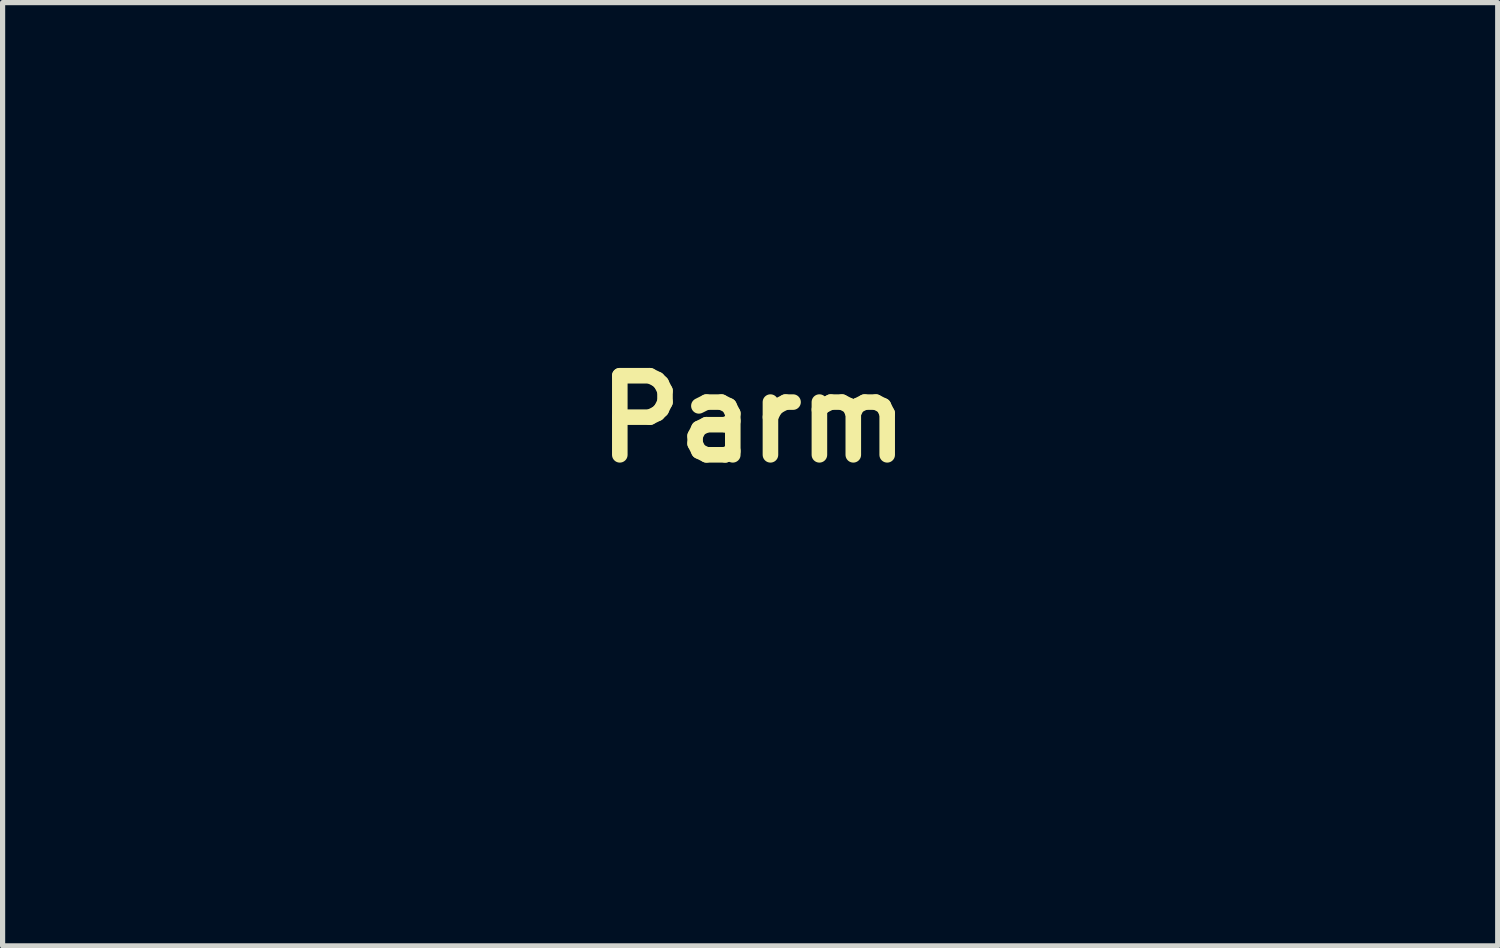
<source format=kicad_pcb>
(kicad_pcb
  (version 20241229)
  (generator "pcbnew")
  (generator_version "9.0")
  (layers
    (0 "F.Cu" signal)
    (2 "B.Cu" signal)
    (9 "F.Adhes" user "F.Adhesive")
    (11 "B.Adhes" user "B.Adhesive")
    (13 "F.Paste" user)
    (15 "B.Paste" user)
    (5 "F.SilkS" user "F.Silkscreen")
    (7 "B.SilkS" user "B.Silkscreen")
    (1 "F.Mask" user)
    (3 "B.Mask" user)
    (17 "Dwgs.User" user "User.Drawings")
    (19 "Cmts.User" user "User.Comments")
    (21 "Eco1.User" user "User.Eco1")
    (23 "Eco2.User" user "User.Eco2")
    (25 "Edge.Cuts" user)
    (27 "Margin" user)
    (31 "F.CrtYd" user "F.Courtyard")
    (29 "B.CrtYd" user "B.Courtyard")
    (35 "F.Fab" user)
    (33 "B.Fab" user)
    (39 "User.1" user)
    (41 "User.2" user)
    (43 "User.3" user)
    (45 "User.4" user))
  (footprint "Parm"
    (layer "F.Cu")
    (at 11.47 5.025)
    (property "Reference" "Parm" (at 0 0 0) (layer "F.SilkS") (effects (font (size 1.524 1.524) (thickness 0.3))))
    (attr through_hole)
    (fp_poly (pts (xy -6.646 0.656) (xy -6.668 0.677) (xy -6.689 0.656) (xy -6.668 0.635) (xy -6.646 0.656)) (stroke (width 0.01) (type solid)) (fill yes) (layer "F.Mask"))
    (fp_poly (pts (xy -5.292 -2.477) (xy -5.313 -2.455) (xy -5.334 -2.477) (xy -5.313 -2.498) (xy -5.292 -2.477)) (stroke (width 0.01) (type solid)) (fill yes) (layer "F.Mask"))
    (fp_poly (pts (xy -5.038 -2.815) (xy -5.059 -2.794) (xy -5.08 -2.815) (xy -5.059 -2.836) (xy -5.038 -2.815)) (stroke (width 0.01) (type solid)) (fill yes) (layer "F.Mask"))
    (fp_poly (pts (xy -4.953 2.138) (xy -4.974 2.159) (xy -4.995 2.138) (xy -4.974 2.117) (xy -4.953 2.138)) (stroke (width 0.01) (type solid)) (fill yes) (layer "F.Mask"))
    (fp_poly (pts (xy -4.911 -2.985) (xy -4.932 -2.963) (xy -4.953 -2.985) (xy -4.932 -3.006) (xy -4.911 -2.985)) (stroke (width 0.01) (type solid)) (fill yes) (layer "F.Mask"))
    (fp_poly (pts (xy -1.693 -4.763) (xy -1.714 -4.741) (xy -1.736 -4.763) (xy -1.714 -4.784) (xy -1.693 -4.763)) (stroke (width 0.01) (type solid)) (fill yes) (layer "F.Mask"))
    (fp_poly (pts (xy -0.72 -3.535) (xy -0.741 -3.514) (xy -0.762 -3.535) (xy -0.741 -3.556) (xy -0.72 -3.535)) (stroke (width 0.01) (type solid)) (fill yes) (layer "F.Mask"))
    (fp_poly (pts (xy -7.888 0.014) (xy -7.883 0.064) (xy -7.888 0.071) (xy -7.913 0.065) (xy -7.916 0.042) (xy -7.901 0.007) (xy -7.888 0.014)) (stroke (width 0.01) (type solid)) (fill yes) (layer "F.Mask"))
    (fp_poly (pts (xy -6.441 0.821) (xy -6.396 0.861) (xy -6.392 0.87) (xy -6.412 0.888) (xy -6.454 0.849) (xy -6.46 0.84) (xy -6.465 0.811) (xy -6.441 0.821)) (stroke (width 0.01) (type solid)) (fill yes) (layer "F.Mask"))
    (fp_poly (pts (xy -4.277 -4.196) (xy -4.3 -4.15) (xy -4.368 -4.134) (xy -4.402 -4.148) (xy -4.439 -4.183) (xy -4.399 -4.211) (xy -4.389 -4.215) (xy -4.311 -4.225) (xy -4.277 -4.196)) (stroke (width 0.01) (type solid)) (fill yes) (layer "F.Mask"))
    (fp_poly (pts (xy -2.507 -3.522) (xy -2.498 -3.474) (xy -2.515 -3.404) (xy -2.54 -3.387) (xy -2.578 -3.421) (xy -2.582 -3.448) (xy -2.557 -3.52) (xy -2.54 -3.535) (xy -2.507 -3.522)) (stroke (width 0.01) (type solid)) (fill yes) (layer "F.Mask"))
    (fp_poly (pts (xy 5.546 1.668) (xy 5.609 1.693) (xy 5.667 1.721) (xy 5.645 1.731) (xy 5.601 1.733) (xy 5.516 1.718) (xy 5.482 1.693) (xy 5.48 1.657) (xy 5.546 1.668)) (stroke (width 0.01) (type solid)) (fill yes) (layer "F.Mask"))
    (fp_poly (pts (xy -6.046 0.452) (xy -6.013 0.485) (xy -5.985 0.559) (xy -6.008 0.617) (xy -6.063 0.634) (xy -6.11 0.607) (xy -6.135 0.546) (xy -6.134 0.471) (xy -6.11 0.425) (xy -6.101 0.423) (xy -6.046 0.452)) (stroke (width 0.01) (type solid)) (fill yes) (layer "F.Mask"))
    (fp_poly (pts (xy 0.381 -1.917) (xy 0.395 -1.837) (xy 0.407 -1.803) (xy 0.406 -1.746) (xy 0.384 -1.736) (xy 0.329 -1.77) (xy 0.311 -1.802) (xy 0.313 -1.885) (xy 0.333 -1.916) (xy 0.374 -1.942) (xy 0.381 -1.917)) (stroke (width 0.01) (type solid)) (fill yes) (layer "F.Mask"))
    (fp_poly (pts (xy -2.026 -4.968) (xy -1.905 -4.849) (xy -1.891 -4.828) (xy -1.835 -4.758) (xy -1.747 -4.698) (xy -1.607 -4.638) (xy -1.471 -4.591) (xy -1.324 -4.541) (xy -1.115 -4.47) (xy -0.863 -4.382) (xy -0.586 -4.285) (xy -0.301 -4.185) (xy -0.236 -4.162) (xy 0.081 -4.052) (xy 0.325 -3.971) (xy 0.503 -3.919) (xy 0.621 -3.892) (xy 0.683 -3.89) (xy 0.695 -3.896) (xy 0.713 -3.925) (xy 0.667 -3.914) (xy 0.603 -3.904) (xy 0.595 -3.936) (xy 0.611 -3.958) (xy 0.762 -3.958) (xy 0.783 -3.937) (xy 0.804 -3.958) (xy 0.783 -3.979) (xy 0.762 -3.958) (xy 0.611 -3.958) (xy 0.637 -3.993) (xy 0.721 -4.061) (xy 0.73 -4.067) (xy 0.899 -4.128) (xy 1.071 -4.119) (xy 1.223 -4.046) (xy 1.335 -3.915) (xy 1.356 -3.87) (xy 1.405 -3.817) (xy 1.52 -3.729) (xy 1.692 -3.611) (xy 1.915 -3.47) (xy 2.102 -3.357) (xy 2.648 -3.032) (xy 3.131 -2.744) (xy 3.561 -2.489) (xy 3.948 -2.259) (xy 4.301 -2.05) (xy 4.631 -1.856) (xy 4.947 -1.67) (xy 5.259 -1.487) (xy 5.577 -1.301) (xy 5.911 -1.106) (xy 6.271 -0.897) (xy 6.498 -0.765) (xy 6.844 -0.563) (xy 7.169 -0.373) (xy 7.464 -0.2) (xy 7.722 -0.046) (xy 7.935 0.082) (xy 8.097 0.18) (xy 8.199 0.245) (xy 8.234 0.27) (xy 8.285 0.3) (xy 8.366 0.276) (xy 8.376 0.271) (xy 8.519 0.243) (xy 8.676 0.285) (xy 8.827 0.391) (xy 8.858 0.422) (xy 8.92 0.5) (xy 8.954 0.577) (xy 8.966 0.682) (xy 8.963 0.836) (xy 8.965 1.025) (xy 8.991 1.171) (xy 9.049 1.315) (xy 9.053 1.323) (xy 9.117 1.436) (xy 9.175 1.509) (xy 9.201 1.524) (xy 9.265 1.546) (xy 9.365 1.602) (xy 9.41 1.632) (xy 9.707 1.786) (xy 10.022 1.857) (xy 10.16 1.863) (xy 10.385 1.861) (xy 10.545 1.866) (xy 10.657 1.879) (xy 10.74 1.903) (xy 10.812 1.939) (xy 10.912 2.01) (xy 10.951 2.063) (xy 10.926 2.09) (xy 10.865 2.086) (xy 10.776 2.088) (xy 10.734 2.113) (xy 10.746 2.147) (xy 10.83 2.159) (xy 11.019 2.194) (xy 11.168 2.288) (xy 11.274 2.424) (xy 11.331 2.585) (xy 11.337 2.756) (xy 11.285 2.918) (xy 11.173 3.056) (xy 11.08 3.117) (xy 11.043 3.137) (xy 11.008 3.152) (xy 10.966 3.164) (xy 10.911 3.173) (xy 10.832 3.178) (xy 10.723 3.18) (xy 10.576 3.179) (xy 10.381 3.174) (xy 10.131 3.166) (xy 9.818 3.155) (xy 9.434 3.141) (xy 9.154 3.131) (xy 8.771 3.117) (xy 8.464 3.106) (xy 8.223 3.099) (xy 8.04 3.096) (xy 7.906 3.097) (xy 7.811 3.102) (xy 7.747 3.112) (xy 7.704 3.126) (xy 7.674 3.144) (xy 7.657 3.159) (xy 7.559 3.214) (xy 7.414 3.235) (xy 7.351 3.235) (xy 7.293 3.233) (xy 7.237 3.224) (xy 7.174 3.206) (xy 7.098 3.173) (xy 7.016 3.13) (xy 7.461 3.13) (xy 7.467 3.133) (xy 7.505 3.103) (xy 7.514 3.09) (xy 7.525 3.051) (xy 7.519 3.048) (xy 7.481 3.078) (xy 7.472 3.09) (xy 7.461 3.13) (xy 7.016 3.13) (xy 6.999 3.121) (xy 6.872 3.046) (xy 6.708 2.943) (xy 6.634 2.895) (xy 7.081 2.895) (xy 7.1 2.926) (xy 7.167 2.979) (xy 7.255 3.035) (xy 7.338 3.077) (xy 7.382 3.09) (xy 7.374 3.07) (xy 7.311 3.017) (xy 7.261 2.982) (xy 7.174 2.929) (xy 8.17 2.929) (xy 8.179 2.961) (xy 8.211 2.985) (xy 8.276 3.003) (xy 8.385 3.017) (xy 8.545 3.027) (xy 8.767 3.033) (xy 9.061 3.039) (xy 9.19 3.04) (xy 9.435 3.042) (xy 9.608 3.04) (xy 9.72 3.032) (xy 9.782 3.018) (xy 9.806 2.997) (xy 9.807 2.987) (xy 9.784 2.954) (xy 9.712 2.928) (xy 9.582 2.907) (xy 9.39 2.89) (xy 9.127 2.878) (xy 8.787 2.869) (xy 8.731 2.868) (xy 8.503 2.865) (xy 8.346 2.866) (xy 8.247 2.873) (xy 8.194 2.887) (xy 8.173 2.91) (xy 8.17 2.929) (xy 7.174 2.929) (xy 7.162 2.922) (xy 7.095 2.894) (xy 7.081 2.895) (xy 6.634 2.895) (xy 6.499 2.808) (xy 6.238 2.636) (xy 5.917 2.424) (xy 5.768 2.325) (xy 5.047 1.847) (xy 4.709 1.623) (xy 5.419 1.623) (xy 5.451 1.742) (xy 5.532 1.809) (xy 5.638 1.812) (xy 5.733 1.754) (xy 5.794 1.656) (xy 5.771 1.566) (xy 5.697 1.501) (xy 5.583 1.463) (xy 5.484 1.49) (xy 5.426 1.572) (xy 5.419 1.623) (xy 4.709 1.623) (xy 4.393 1.414) (xy 3.8 1.023) (xy 3.264 0.673) (xy 2.781 0.36) (xy 2.347 0.082) (xy 1.958 -0.164) (xy 1.608 -0.379) (xy 1.295 -0.567) (xy 1.014 -0.729) (xy 0.759 -0.869) (xy 0.528 -0.989) (xy 0.316 -1.091) (xy 0.119 -1.178) (xy -0.068 -1.252) (xy -0.249 -1.315) (xy -0.429 -1.371) (xy -0.61 -1.422) (xy -0.757 -1.459) (xy -0.958 -1.505) (xy -1.152 -1.545) (xy -1.324 -1.575) (xy -1.459 -1.593) (xy -1.541 -1.597) (xy -1.556 -1.585) (xy -1.573 -1.546) (xy -1.635 -1.468) (xy -1.713 -1.385) (xy -1.814 -1.288) (xy -1.97 -1.146) (xy -2.17 -0.967) (xy -2.404 -0.76) (xy -2.662 -0.535) (xy -2.932 -0.3) (xy -3.206 -0.065) (xy -3.472 0.162) (xy -3.721 0.372) (xy -3.941 0.556) (xy -4.123 0.705) (xy -4.175 0.747) (xy -4.562 1.054) (xy -4.904 1.321) (xy -5.196 1.547) (xy -5.436 1.728) (xy -5.62 1.863) (xy -5.745 1.948) (xy -5.795 1.977) (xy -5.853 2.013) (xy -5.843 2.03) (xy -5.84 2.03) (xy -5.77 2.006) (xy -5.649 1.936) (xy -5.488 1.829) (xy -5.3 1.693) (xy -5.099 1.538) (xy -5.078 1.521) (xy -4.905 1.389) (xy -4.772 1.299) (xy -4.687 1.257) (xy -4.657 1.267) (xy -4.687 1.326) (xy -4.694 1.33) (xy -4.723 1.386) (xy -4.731 1.454) (xy -4.752 1.542) (xy -4.806 1.671) (xy -4.878 1.806) (xy -4.946 1.93) (xy -4.992 2.039) (xy -5.021 2.16) (xy -5.041 2.317) (xy -5.054 2.494) (xy -5.074 2.717) (xy -5.099 2.882) (xy -5.138 3.018) (xy -5.195 3.151) (xy -5.21 3.18) (xy -5.278 3.325) (xy -5.311 3.438) (xy -5.319 3.56) (xy -5.308 3.714) (xy -5.281 4) (xy -4.961 4.014) (xy -4.73 4.032) (xy -4.569 4.07) (xy -4.465 4.134) (xy -4.405 4.232) (xy -4.379 4.339) (xy -4.366 4.481) (xy -4.366 4.603) (xy -4.37 4.632) (xy -4.372 4.698) (xy -4.333 4.74) (xy -4.235 4.777) (xy -4.204 4.786) (xy -4.027 4.853) (xy -3.859 4.946) (xy -3.722 5.05) (xy -3.637 5.152) (xy -3.623 5.187) (xy -3.583 5.264) (xy -3.499 5.295) (xy -3.46 5.298) (xy -3.352 5.305) (xy -3.281 5.314) (xy -3.281 5.314) (xy -3.218 5.32) (xy -3.1 5.326) (xy -2.978 5.329) (xy -2.814 5.34) (xy -2.717 5.369) (xy -2.688 5.425) (xy -2.727 5.513) (xy -2.832 5.642) (xy -2.95 5.765) (xy -3.069 5.888) (xy -3.158 5.985) (xy -3.205 6.043) (xy -3.208 6.054) (xy -3.167 6.025) (xy -3.086 5.949) (xy -2.98 5.842) (xy -2.96 5.821) (xy -2.828 5.69) (xy -2.732 5.61) (xy -2.678 5.585) (xy -2.671 5.62) (xy -2.674 5.628) (xy -2.707 5.676) (xy -2.783 5.77) (xy -2.888 5.893) (xy -2.937 5.948) (xy -3.186 6.227) (xy -3.678 6.2) (xy -3.895 6.19) (xy -4.052 6.188) (xy -4.172 6.197) (xy -4.278 6.22) (xy -4.396 6.26) (xy -4.453 6.281) (xy -4.982 6.453) (xy -5.586 6.591) (xy -6.261 6.697) (xy -7.004 6.767) (xy -7.037 6.77) (xy -7.66 6.811) (xy -7.892 6.983) (xy -7.977 7.045) (xy -8.049 7.091) (xy -8.121 7.122) (xy -8.208 7.14) (xy -8.323 7.147) (xy -8.479 7.143) (xy -8.691 7.131) (xy -8.972 7.112) (xy -9.017 7.109) (xy -9.337 7.086) (xy -9.582 7.066) (xy -9.762 7.049) (xy -9.888 7.031) (xy -9.967 7.012) (xy -10.012 6.99) (xy -10.028 6.966) (xy -8.331 6.966) (xy -8.28 6.973) (xy -8.234 6.974) (xy -8.147 6.971) (xy -8.124 6.961) (xy -8.138 6.956) (xy -8.24 6.948) (xy -8.307 6.955) (xy -8.331 6.966) (xy -10.028 6.966) (xy -10.03 6.963) (xy -10.033 6.94) (xy -10.03 6.923) (xy -8.921 6.923) (xy -8.867 6.93) (xy -8.805 6.931) (xy -8.714 6.928) (xy -8.689 6.919) (xy -8.71 6.913) (xy -8.833 6.906) (xy -8.901 6.913) (xy -8.921 6.923) (xy -10.03 6.923) (xy -10.027 6.902) (xy -9.998 6.88) (xy -9.93 6.87) (xy -9.807 6.87) (xy -9.641 6.877) (xy -9.472 6.883) (xy -9.386 6.883) (xy -9.382 6.877) (xy -9.46 6.865) (xy -9.619 6.848) (xy -9.768 6.833) (xy -9.935 6.807) (xy -10.008 6.772) (xy -8.176 6.772) (xy -8.167 6.773) (xy -8.16 6.771) (xy -7.864 6.771) (xy -7.858 6.773) (xy -7.819 6.744) (xy -7.811 6.731) (xy -7.8 6.691) (xy -7.806 6.689) (xy -7.844 6.718) (xy -7.853 6.731) (xy -7.864 6.771) (xy -8.16 6.771) (xy -8.1 6.75) (xy -7.99 6.688) (xy -7.973 6.677) (xy -7.743 6.677) (xy -7.7 6.668) (xy -7.692 6.665) (xy -7.644 6.634) (xy -7.551 6.634) (xy -7.493 6.64) (xy -7.433 6.633) (xy -7.44 6.618) (xy -7.527 6.613) (xy -7.546 6.618) (xy -7.551 6.634) (xy -7.644 6.634) (xy -7.64 6.631) (xy -7.64 6.612) (xy -7.685 6.617) (xy -7.716 6.641) (xy -7.743 6.677) (xy -7.973 6.677) (xy -7.86 6.602) (xy -7.86 6.602) (xy -7.825 6.576) (xy -6.929 6.576) (xy -6.923 6.601) (xy -6.9 6.604) (xy -6.865 6.589) (xy -6.872 6.576) (xy -6.802 6.576) (xy -6.796 6.601) (xy -6.773 6.604) (xy -6.738 6.589) (xy -6.745 6.576) (xy -6.795 6.571) (xy -6.802 6.576) (xy -6.872 6.576) (xy -6.922 6.571) (xy -6.929 6.576) (xy -7.825 6.576) (xy -7.792 6.552) (xy -6.459 6.552) (xy -6.417 6.558) (xy -6.362 6.551) (xy -6.361 6.536) (xy -6.418 6.526) (xy -6.443 6.533) (xy -6.459 6.552) (xy -7.792 6.552) (xy -7.741 6.514) (xy -7.735 6.509) (xy -6.205 6.509) (xy -6.163 6.516) (xy -6.108 6.508) (xy -6.107 6.494) (xy -6.164 6.484) (xy -6.189 6.49) (xy -6.205 6.509) (xy -7.735 6.509) (xy -7.669 6.456) (xy -5.842 6.456) (xy -5.821 6.477) (xy -5.8 6.456) (xy -5.821 6.435) (xy -5.842 6.456) (xy -7.669 6.456) (xy -7.655 6.445) (xy -7.628 6.418) (xy -7.538 6.418) (xy -7.479 6.424) (xy -7.451 6.425) (xy -7.374 6.42) (xy -7.368 6.413) (xy -5.63 6.413) (xy -5.609 6.435) (xy -5.588 6.413) (xy -5.609 6.392) (xy -5.63 6.413) (xy -7.368 6.413) (xy -7.365 6.409) (xy -7.377 6.405) (xy -7.484 6.399) (xy -7.525 6.405) (xy -7.538 6.418) (xy -7.628 6.418) (xy -7.62 6.409) (xy -7.62 6.409) (xy -7.645 6.405) (xy -7.723 6.451) (xy -7.853 6.545) (xy -7.979 6.631) (xy -8.105 6.706) (xy -8.107 6.707) (xy -8.173 6.75) (xy -8.176 6.772) (xy -10.008 6.772) (xy -10.023 6.765) (xy -10.033 6.712) (xy -9.008 6.712) (xy -8.957 6.719) (xy -8.911 6.72) (xy -8.824 6.717) (xy -8.802 6.707) (xy -8.815 6.702) (xy -8.917 6.694) (xy -8.985 6.701) (xy -9.008 6.712) (xy -10.033 6.712) (xy -10.035 6.701) (xy -10.008 6.66) (xy -9.68 6.66) (xy -9.674 6.686) (xy -9.652 6.689) (xy -9.624 6.676) (xy -9.541 6.676) (xy -9.483 6.682) (xy -9.423 6.675) (xy -9.43 6.661) (xy -9.516 6.655) (xy -9.536 6.661) (xy -9.541 6.676) (xy -9.624 6.676) (xy -9.617 6.673) (xy -9.624 6.66) (xy -9.674 6.655) (xy -9.68 6.66) (xy -10.008 6.66) (xy -9.976 6.611) (xy -9.973 6.607) (xy -9.94 6.559) (xy -9.971 6.54) (xy -10.028 6.536) (xy -10.106 6.519) (xy -8.996 6.519) (xy -8.992 6.558) (xy -8.977 6.562) (xy -8.947 6.54) (xy -8.89 6.54) (xy -8.869 6.562) (xy -8.857 6.55) (xy -8.759 6.55) (xy -8.716 6.541) (xy -8.708 6.538) (xy -8.656 6.504) (xy -8.656 6.485) (xy -8.701 6.49) (xy -8.732 6.514) (xy -8.759 6.55) (xy -8.857 6.55) (xy -8.848 6.54) (xy -8.869 6.519) (xy -8.89 6.54) (xy -8.947 6.54) (xy -8.934 6.531) (xy -8.932 6.519) (xy -8.947 6.478) (xy -8.951 6.477) (xy -8.987 6.507) (xy -8.996 6.519) (xy -10.106 6.519) (xy -10.175 6.504) (xy -10.329 6.427) (xy -10.354 6.41) (xy -9.893 6.41) (xy -9.864 6.435) (xy -9.796 6.473) (xy -9.787 6.458) (xy -9.8 6.435) (xy -9.862 6.394) (xy -9.877 6.393) (xy -9.893 6.41) (xy -10.354 6.41) (xy -10.475 6.321) (xy -10.593 6.2) (xy -10.668 6.079) (xy -10.673 6.042) (xy -10.622 6.042) (xy -10.589 6.097) (xy -10.499 6.171) (xy -10.375 6.249) (xy -10.237 6.32) (xy -10.11 6.371) (xy -10.014 6.389) (xy -10.012 6.389) (xy -9.964 6.382) (xy -9.992 6.366) (xy -10.033 6.353) (xy -10.158 6.305) (xy -10.3 6.238) (xy -10.311 6.232) (xy -9.804 6.232) (xy -9.795 6.244) (xy -9.721 6.27) (xy -9.656 6.291) (xy -9.625 6.316) (xy -9.663 6.363) (xy -9.677 6.375) (xy -9.705 6.404) (xy -9.663 6.387) (xy -9.653 6.382) (xy -6.84 6.382) (xy -6.798 6.389) (xy -6.743 6.381) (xy -6.743 6.371) (xy -6.646 6.371) (xy -6.625 6.392) (xy -6.604 6.371) (xy -6.611 6.364) (xy -5.405 6.364) (xy -5.399 6.389) (xy -5.376 6.392) (xy -5.341 6.377) (xy -5.348 6.364) (xy -5.398 6.359) (xy -5.405 6.364) (xy -6.611 6.364) (xy -6.625 6.35) (xy -6.646 6.371) (xy -6.743 6.371) (xy -6.742 6.367) (xy -6.799 6.357) (xy -6.824 6.363) (xy -6.84 6.382) (xy -9.653 6.382) (xy -9.618 6.364) (xy -9.577 6.34) (xy -6.416 6.34) (xy -6.375 6.347) (xy -6.32 6.339) (xy -6.319 6.324) (xy -6.334 6.322) (xy -5.235 6.322) (xy -5.229 6.347) (xy -5.207 6.35) (xy -5.172 6.335) (xy -5.179 6.322) (xy -5.229 6.317) (xy -5.235 6.322) (xy -6.334 6.322) (xy -6.376 6.314) (xy -6.4 6.321) (xy -6.416 6.34) (xy -9.577 6.34) (xy -9.53 6.313) (xy -9.519 6.298) (xy -5.062 6.298) (xy -5.02 6.304) (xy -4.965 6.297) (xy -4.964 6.282) (xy -5.021 6.272) (xy -5.046 6.279) (xy -5.062 6.298) (xy -9.519 6.298) (xy -9.511 6.285) (xy -9.553 6.265) (xy -9.575 6.259) (xy -9.65 6.244) (xy -5.8 6.244) (xy -5.779 6.265) (xy -5.757 6.244) (xy -5.764 6.237) (xy -4.854 6.237) (xy -4.848 6.262) (xy -4.826 6.265) (xy -4.791 6.25) (xy -4.798 6.237) (xy -4.848 6.232) (xy -4.854 6.237) (xy -5.764 6.237) (xy -5.779 6.223) (xy -5.8 6.244) (xy -9.65 6.244) (xy -9.691 6.236) (xy -9.758 6.231) (xy -9.804 6.232) (xy -10.311 6.232) (xy -10.436 6.164) (xy -10.457 6.151) (xy -10.143 6.151) (xy -10.113 6.168) (xy -10.075 6.181) (xy -9.976 6.207) (xy -9.906 6.215) (xy -9.9 6.213) (xy -5.612 6.213) (xy -5.57 6.22) (xy -5.515 6.212) (xy -5.515 6.197) (xy -5.53 6.195) (xy -4.727 6.195) (xy -4.721 6.22) (xy -4.699 6.223) (xy -4.664 6.208) (xy -4.671 6.195) (xy -4.721 6.19) (xy -4.727 6.195) (xy -5.53 6.195) (xy -5.571 6.187) (xy -5.596 6.194) (xy -5.612 6.213) (xy -9.9 6.213) (xy -9.885 6.207) (xy -9.927 6.181) (xy -9.974 6.168) (xy -5.435 6.168) (xy -5.376 6.174) (xy -5.316 6.167) (xy -5.32 6.16) (xy -4.614 6.16) (xy -4.593 6.181) (xy -4.572 6.16) (xy -4.593 6.138) (xy -4.614 6.16) (xy -5.32 6.16) (xy -5.323 6.153) (xy -5.41 6.147) (xy -5.429 6.153) (xy -5.435 6.168) (xy -9.974 6.168) (xy -10.038 6.15) (xy -10.097 6.146) (xy -10.143 6.151) (xy -10.457 6.151) (xy -10.543 6.096) (xy -10.596 6.047) (xy -10.597 6.044) (xy -10.617 6.014) (xy -10.622 6.042) (xy -10.673 6.042) (xy -10.679 5.992) (xy -10.453 5.992) (xy -10.41 6.03) (xy -10.34 6.072) (xy -10.249 6.12) (xy -10.211 6.135) (xy -10.205 6.127) (xy -5.214 6.127) (xy -5.207 6.134) (xy -5.131 6.125) (xy -5.097 6.117) (xy -4.487 6.117) (xy -4.466 6.138) (xy -4.445 6.117) (xy -4.466 6.096) (xy -4.487 6.117) (xy -5.097 6.117) (xy -5.009 6.098) (xy -4.968 6.087) (xy -4.394 6.087) (xy -4.381 6.095) (xy -4.312 6.074) (xy -4.276 6.054) (xy -4.247 6.025) (xy -3.457 6.025) (xy -3.451 6.051) (xy -3.429 6.054) (xy -3.394 6.038) (xy -3.401 6.025) (xy -3.451 6.02) (xy -3.457 6.025) (xy -4.247 6.025) (xy -4.242 6.02) (xy -4.255 6.013) (xy -4.324 6.034) (xy -4.36 6.054) (xy -4.394 6.087) (xy -4.968 6.087) (xy -4.932 6.078) (xy -4.826 6.045) (xy -4.776 6.022) (xy -4.784 6.016) (xy -4.859 6.025) (xy -4.982 6.052) (xy -5.059 6.072) (xy -5.164 6.105) (xy -5.214 6.127) (xy -10.205 6.127) (xy -10.202 6.123) (xy -10.202 6.118) (xy -10.236 6.087) (xy -10.318 6.039) (xy -10.329 6.032) (xy -10.426 5.99) (xy -4.699 5.99) (xy -4.678 6.011) (xy -4.668 6.001) (xy -4.173 6.001) (xy -4.131 6.008) (xy -4.076 6) (xy -4.076 5.99) (xy -4.022 5.99) (xy -4 6.011) (xy -3.979 5.99) (xy -4 5.969) (xy -4.022 5.99) (xy -4.076 5.99) (xy -4.075 5.986) (xy -4.132 5.976) (xy -4.157 5.982) (xy -4.173 6.001) (xy -4.668 6.001) (xy -4.657 5.99) (xy -4.678 5.969) (xy -4.699 5.99) (xy -10.426 5.99) (xy -10.426 5.99) (xy -10.453 5.992) (xy -10.679 5.992) (xy -10.681 5.973) (xy -10.681 5.972) (xy -10.684 5.948) (xy -4.572 5.948) (xy -4.551 5.969) (xy -4.53 5.948) (xy -4.551 5.927) (xy -4.572 5.948) (xy -10.684 5.948) (xy -10.694 5.877) (xy -10.695 5.877) (xy -3.217 5.877) (xy -3.191 5.864) (xy -3.122 5.808) (xy -3.03 5.724) (xy -2.931 5.63) (xy -2.844 5.543) (xy -2.786 5.478) (xy -2.776 5.463) (xy -2.785 5.459) (xy -2.843 5.505) (xy -2.938 5.591) (xy -2.977 5.628) (xy -3.09 5.738) (xy -3.174 5.825) (xy -3.216 5.873) (xy -3.217 5.877) (xy -10.695 5.877) (xy -10.752 5.821) (xy -4.191 5.821) (xy -4.17 5.842) (xy -4.15 5.823) (xy -3.925 5.823) (xy -3.872 5.829) (xy -3.81 5.83) (xy -3.718 5.827) (xy -3.693 5.819) (xy -3.715 5.812) (xy -3.838 5.805) (xy -3.905 5.812) (xy -3.925 5.823) (xy -4.15 5.823) (xy -4.149 5.821) (xy -4.17 5.8) (xy -4.191 5.821) (xy -10.752 5.821) (xy -10.772 5.801) (xy -10.838 5.779) (xy -7.892 5.779) (xy -7.846 5.786) (xy -7.768 5.788) (xy -7.75 5.787) (xy -7.001 5.787) (xy -6.943 5.793) (xy -6.883 5.786) (xy -6.89 5.772) (xy -6.976 5.766) (xy -6.996 5.772) (xy -7.001 5.787) (xy -7.75 5.787) (xy -7.668 5.785) (xy -7.631 5.777) (xy -7.651 5.77) (xy -7.767 5.762) (xy -7.863 5.769) (xy -7.892 5.779) (xy -10.838 5.779) (xy -10.894 5.76) (xy -10.94 5.757) (xy -11.073 5.751) (xy -11.231 5.736) (xy -11.271 5.731) (xy -11.283 5.729) (xy -8.283 5.729) (xy -8.277 5.754) (xy -8.255 5.757) (xy -8.227 5.745) (xy -6.662 5.745) (xy -6.604 5.751) (xy -6.544 5.744) (xy -6.551 5.729) (xy -6.638 5.724) (xy -6.657 5.729) (xy -6.662 5.745) (xy -8.227 5.745) (xy -8.22 5.742) (xy -8.227 5.729) (xy -8.277 5.724) (xy -8.283 5.729) (xy -11.283 5.729) (xy -11.388 5.711) (xy -11.432 5.687) (xy -8.453 5.687) (xy -8.447 5.712) (xy -8.424 5.715) (xy -8.389 5.7) (xy -8.396 5.687) (xy -6.378 5.687) (xy -6.372 5.712) (xy -6.35 5.715) (xy -6.315 5.7) (xy -6.322 5.687) (xy -6.372 5.682) (xy -6.378 5.687) (xy -8.396 5.687) (xy -8.446 5.682) (xy -8.453 5.687) (xy -11.432 5.687) (xy -11.444 5.68) (xy -11.452 5.652) (xy -8.594 5.652) (xy -8.572 5.673) (xy -8.551 5.652) (xy -8.558 5.644) (xy -6.167 5.644) (xy -6.161 5.67) (xy -6.138 5.673) (xy -6.103 5.657) (xy -6.11 5.644) (xy -6.16 5.639) (xy -6.167 5.644) (xy -8.558 5.644) (xy -8.572 5.63) (xy -8.594 5.652) (xy -11.452 5.652) (xy -11.462 5.613) (xy -11.463 5.602) (xy -8.707 5.602) (xy -8.701 5.627) (xy -8.678 5.63) (xy -8.643 5.615) (xy -8.65 5.602) (xy -8.7 5.597) (xy -8.707 5.602) (xy -11.463 5.602) (xy -11.464 5.575) (xy -11.15 5.575) (xy -11.091 5.581) (xy -11.031 5.575) (xy -11.038 5.56) (xy -11.125 5.554) (xy -11.144 5.56) (xy -11.15 5.575) (xy -11.464 5.575) (xy -11.465 5.539) (xy -11.464 5.515) (xy -8.841 5.515) (xy -8.831 5.539) (xy -8.788 5.585) (xy -8.763 5.575) (xy -8.763 5.569) (xy -8.793 5.534) (xy -8.812 5.52) (xy -8.841 5.515) (xy -11.464 5.515) (xy -11.462 5.433) (xy -11.439 5.392) (xy -11.385 5.395) (xy -11.374 5.398) (xy -11.317 5.41) (xy -11.333 5.389) (xy -11.344 5.382) (xy -11.355 5.354) (xy -11.317 5.314) (xy -11.284 5.294) (xy -8.89 5.294) (xy -8.85 5.351) (xy -8.74 5.41) (xy -8.573 5.468) (xy -8.364 5.521) (xy -8.127 5.564) (xy -7.876 5.595) (xy -7.768 5.603) (xy -7.632 5.611) (xy -7.525 5.619) (xy -7.493 5.622) (xy -7.427 5.622) (xy -7.297 5.614) (xy -7.228 5.609) (xy -5.969 5.609) (xy -5.948 5.63) (xy -5.927 5.609) (xy -5.948 5.588) (xy -5.969 5.609) (xy -7.228 5.609) (xy -7.121 5.601) (xy -6.93 5.586) (xy -6.765 5.567) (xy -5.842 5.567) (xy -5.821 5.588) (xy -5.804 5.571) (xy -3.556 5.571) (xy -3.521 5.586) (xy -3.493 5.588) (xy -3.436 5.566) (xy -3.429 5.547) (xy -3.431 5.546) (xy -3.323 5.546) (xy -3.314 5.582) (xy -3.283 5.588) (xy -3.225 5.566) (xy -3.217 5.546) (xy -3.248 5.505) (xy -3.257 5.503) (xy -3.315 5.534) (xy -3.323 5.546) (xy -3.431 5.546) (xy -3.46 5.524) (xy -3.493 5.53) (xy -3.548 5.56) (xy -3.556 5.571) (xy -5.804 5.571) (xy -5.8 5.567) (xy -5.821 5.546) (xy -5.842 5.567) (xy -6.765 5.567) (xy -6.663 5.555) (xy -6.424 5.517) (xy -5.743 5.517) (xy -5.737 5.543) (xy -5.715 5.546) (xy -5.68 5.53) (xy -5.687 5.517) (xy -5.737 5.512) (xy -5.743 5.517) (xy -6.424 5.517) (xy -6.388 5.512) (xy -6.238 5.482) (xy -5.63 5.482) (xy -5.609 5.503) (xy -5.588 5.482) (xy -5.609 5.461) (xy -5.63 5.482) (xy -6.238 5.482) (xy -6.123 5.459) (xy -6.013 5.433) (xy -5.532 5.433) (xy -5.526 5.458) (xy -5.503 5.461) (xy -5.468 5.446) (xy -5.475 5.433) (xy -5.525 5.428) (xy -5.532 5.433) (xy -6.013 5.433) (xy -5.884 5.402) (xy -5.69 5.343) (xy -5.558 5.287) (xy -5.536 5.273) (xy -5.482 5.225) (xy -5.498 5.21) (xy -5.575 5.226) (xy -5.706 5.273) (xy -5.749 5.291) (xy -6.055 5.393) (xy -6.428 5.468) (xy -6.873 5.517) (xy -7.202 5.534) (xy -7.676 5.539) (xy -8.077 5.515) (xy -8.401 5.464) (xy -8.648 5.386) (xy -8.71 5.355) (xy -8.813 5.305) (xy -8.878 5.287) (xy -8.89 5.294) (xy -11.284 5.294) (xy -11.22 5.254) (xy -11.078 5.182) (xy -10.737 5.182) (xy -10.715 5.2) (xy -10.614 5.207) (xy -10.614 5.207) (xy -10.521 5.197) (xy -8.999 5.197) (xy -8.957 5.204) (xy -8.902 5.196) (xy -8.901 5.181) (xy -8.958 5.171) (xy -8.983 5.178) (xy -8.999 5.197) (xy -10.521 5.197) (xy -10.505 5.195) (xy -10.437 5.166) (xy -10.436 5.165) (xy -8.869 5.165) (xy -8.678 5.229) (xy -8.513 5.277) (xy -8.33 5.319) (xy -8.276 5.329) (xy -8.153 5.343) (xy -7.972 5.354) (xy -7.751 5.361) (xy -7.509 5.365) (xy -7.263 5.366) (xy -7.031 5.363) (xy -6.831 5.357) (xy -6.682 5.347) (xy -6.604 5.335) (xy -6.612 5.325) (xy -6.694 5.317) (xy -6.839 5.311) (xy -7.038 5.308) (xy -7.279 5.307) (xy -7.366 5.307) (xy -7.726 5.307) (xy -7.779 5.306) (xy -5.997 5.306) (xy -5.991 5.331) (xy -5.969 5.334) (xy -5.934 5.319) (xy -5.941 5.306) (xy -5.991 5.301) (xy -5.997 5.306) (xy -7.779 5.306) (xy -8.002 5.301) (xy -8.194 5.289) (xy -8.302 5.272) (xy -8.319 5.265) (xy -8.408 5.233) (xy -8.463 5.221) (xy -7.987 5.221) (xy -7.981 5.246) (xy -7.959 5.249) (xy -7.924 5.234) (xy -7.93 5.221) (xy -7.981 5.216) (xy -7.987 5.221) (xy -8.463 5.221) (xy -8.545 5.204) (xy -8.593 5.197) (xy -5.4 5.197) (xy -5.359 5.204) (xy -5.304 5.196) (xy -5.303 5.181) (xy -5.36 5.171) (xy -5.384 5.178) (xy -5.4 5.197) (xy -8.593 5.197) (xy -8.636 5.191) (xy -8.869 5.165) (xy -10.436 5.165) (xy -10.433 5.161) (xy -10.441 5.136) (xy -5.235 5.136) (xy -5.229 5.162) (xy -5.207 5.165) (xy -5.172 5.149) (xy -5.179 5.136) (xy -5.229 5.131) (xy -5.235 5.136) (xy -10.441 5.136) (xy -10.443 5.132) (xy -10.529 5.131) (xy -10.56 5.135) (xy -10.684 5.158) (xy -10.737 5.182) (xy -11.078 5.182) (xy -11.055 5.17) (xy -10.995 5.14) (xy -10.935 5.112) (xy -6.84 5.112) (xy -6.798 5.119) (xy -6.743 5.111) (xy -6.742 5.097) (xy -6.757 5.094) (xy -5.997 5.094) (xy -5.991 5.119) (xy -5.969 5.122) (xy -5.934 5.107) (xy -5.941 5.094) (xy -5.991 5.089) (xy -5.997 5.094) (xy -6.757 5.094) (xy -6.799 5.087) (xy -6.824 5.093) (xy -6.84 5.112) (xy -10.935 5.112) (xy -10.841 5.067) (xy -7.551 5.067) (xy -7.493 5.073) (xy -7.488 5.073) (xy -5.821 5.073) (xy -5.715 5.073) (xy -5.606 5.06) (xy -5.603 5.059) (xy -4.995 5.059) (xy -4.974 5.08) (xy -4.953 5.059) (xy -4.974 5.038) (xy -4.995 5.059) (xy -5.603 5.059) (xy -5.47 5.026) (xy -5.44 5.016) (xy -5.421 5.009) (xy -4.854 5.009) (xy -4.848 5.035) (xy -4.826 5.038) (xy -4.791 5.022) (xy -4.798 5.009) (xy -4.848 5.004) (xy -4.854 5.009) (xy -5.421 5.009) (xy -5.271 4.958) (xy -5.44 4.983) (xy -5.579 5.008) (xy -5.701 5.036) (xy -5.715 5.041) (xy -5.821 5.073) (xy -7.488 5.073) (xy -7.433 5.067) (xy -7.44 5.052) (xy -7.527 5.046) (xy -7.546 5.052) (xy -7.551 5.067) (xy -10.841 5.067) (xy -10.808 5.052) (xy -10.706 5.009) (xy -8.199 5.009) (xy -8.193 5.035) (xy -8.17 5.038) (xy -8.135 5.022) (xy -8.142 5.009) (xy -8.192 5.004) (xy -8.199 5.009) (xy -10.706 5.009) (xy -10.671 4.995) (xy -10.637 4.985) (xy -9.21 4.985) (xy -9.169 4.992) (xy -9.114 4.984) (xy -9.113 4.97) (xy -9.17 4.96) (xy -9.194 4.966) (xy -9.21 4.985) (xy -10.637 4.985) (xy -10.558 4.963) (xy -10.444 4.949) (xy -10.303 4.948) (xy -10.245 4.949) (xy -9.906 4.956) (xy -9.906 4.934) (xy -6.214 4.934) (xy -6.163 4.941) (xy -6.117 4.942) (xy -6.03 4.939) (xy -6.013 4.932) (xy -5.207 4.932) (xy -5.186 4.953) (xy -5.165 4.932) (xy -5.186 4.911) (xy -5.207 4.932) (xy -6.013 4.932) (xy -6.008 4.929) (xy -6.021 4.924) (xy -6.123 4.916) (xy -6.191 4.923) (xy -6.214 4.934) (xy -9.906 4.934) (xy -9.906 4.894) (xy -7.157 4.894) (xy -7.098 4.9) (xy -7.07 4.901) (xy -6.993 4.896) (xy -6.987 4.889) (xy -6.858 4.889) (xy -6.837 4.911) (xy -6.816 4.889) (xy -6.646 4.889) (xy -6.625 4.911) (xy -6.604 4.889) (xy -6.611 4.882) (xy -5.87 4.882) (xy -5.864 4.908) (xy -5.842 4.911) (xy -5.807 4.895) (xy -5.81 4.889) (xy -5.08 4.889) (xy -5.059 4.911) (xy -5.038 4.889) (xy -4.614 4.889) (xy -4.593 4.911) (xy -4.572 4.889) (xy -4.593 4.868) (xy -4.614 4.889) (xy -5.038 4.889) (xy -5.059 4.868) (xy -5.08 4.889) (xy -5.81 4.889) (xy -5.814 4.882) (xy -5.864 4.877) (xy -5.87 4.882) (xy -6.611 4.882) (xy -6.625 4.868) (xy -6.646 4.889) (xy -6.816 4.889) (xy -6.837 4.868) (xy -6.858 4.889) (xy -6.987 4.889) (xy -6.984 4.885) (xy -6.996 4.881) (xy -7.103 4.875) (xy -7.144 4.881) (xy -7.157 4.894) (xy -9.906 4.894) (xy -9.906 4.798) (xy -9.905 4.774) (xy -8.999 4.774) (xy -8.997 4.782) (xy -8.944 4.802) (xy -8.824 4.818) (xy -8.654 4.825) (xy -8.584 4.826) (xy -8.418 4.824) (xy -8.292 4.82) (xy -8.223 4.814) (xy -8.216 4.811) (xy -8.221 4.81) (xy -8.084 4.81) (xy -8.081 4.82) (xy -8.065 4.825) (xy -7.974 4.842) (xy -7.853 4.855) (xy -7.725 4.863) (xy -7.616 4.866) (xy -7.548 4.862) (xy -7.539 4.853) (xy -7.587 4.843) (xy -7.611 4.84) (xy -5.701 4.84) (xy -5.695 4.865) (xy -5.673 4.868) (xy -5.638 4.853) (xy -5.644 4.84) (xy -4.939 4.84) (xy -4.933 4.865) (xy -4.911 4.868) (xy -4.876 4.853) (xy -4.882 4.84) (xy -4.933 4.835) (xy -4.939 4.84) (xy -5.644 4.84) (xy -5.695 4.835) (xy -5.701 4.84) (xy -7.611 4.84) (xy -7.697 4.83) (xy -7.847 4.817) (xy -7.874 4.815) (xy -8.012 4.808) (xy -8.084 4.81) (xy -8.221 4.81) (xy -8.263 4.801) (xy -8.291 4.798) (xy -5.447 4.798) (xy -5.441 4.823) (xy -5.419 4.826) (xy -5.414 4.824) (xy -4.81 4.824) (xy -4.805 4.825) (xy -4.744 4.804) (xy -4.65 4.751) (xy -4.636 4.741) (xy -4.564 4.687) (xy -4.545 4.659) (xy -4.551 4.657) (xy -4.612 4.679) (xy -4.706 4.732) (xy -4.72 4.741) (xy -4.792 4.795) (xy -4.81 4.824) (xy -5.414 4.824) (xy -5.384 4.811) (xy -5.39 4.798) (xy -5.441 4.793) (xy -5.447 4.798) (xy -8.291 4.798) (xy -8.375 4.788) (xy -8.533 4.774) (xy -8.629 4.766) (xy -8.702 4.763) (xy -6.562 4.763) (xy -6.54 4.784) (xy -6.519 4.763) (xy -5.292 4.763) (xy -5.271 4.784) (xy -5.249 4.763) (xy -5.271 4.741) (xy -5.292 4.763) (xy -6.519 4.763) (xy -6.54 4.741) (xy -6.562 4.763) (xy -8.702 4.763) (xy -8.832 4.755) (xy -8.954 4.758) (xy -8.999 4.774) (xy -9.905 4.774) (xy -9.904 4.763) (xy -9.628 4.763) (xy -9.582 4.77) (xy -9.504 4.772) (xy -9.403 4.769) (xy -9.367 4.761) (xy -9.387 4.754) (xy -9.503 4.746) (xy -9.599 4.753) (xy -9.628 4.763) (xy -9.904 4.763) (xy -9.9 4.699) (xy -9.88 4.673) (xy -9.855 4.691) (xy -9.793 4.735) (xy -9.771 4.741) (xy -9.771 4.72) (xy -5.165 4.72) (xy -5.144 4.741) (xy -5.122 4.72) (xy -5.144 4.699) (xy -5.165 4.72) (xy -9.771 4.72) (xy -9.772 4.716) (xy -9.822 4.656) (xy -9.822 4.656) (xy -9.837 4.632) (xy -9.395 4.632) (xy -9.387 4.687) (xy -9.372 4.688) (xy -9.369 4.671) (xy -5.024 4.671) (xy -5.018 4.696) (xy -4.995 4.699) (xy -4.96 4.684) (xy -4.967 4.671) (xy -5.017 4.666) (xy -5.024 4.671) (xy -9.369 4.671) (xy -9.365 4.648) (xy -4.902 4.648) (xy -4.889 4.655) (xy -4.82 4.634) (xy -4.784 4.614) (xy -4.75 4.581) (xy -4.763 4.573) (xy -4.832 4.594) (xy -4.868 4.614) (xy -4.902 4.648) (xy -9.365 4.648) (xy -9.362 4.631) (xy -9.369 4.606) (xy -9.388 4.59) (xy -9.395 4.632) (xy -9.837 4.632) (xy -9.876 4.572) (xy -6.689 4.572) (xy -6.673 4.607) (xy -6.66 4.6) (xy -6.657 4.563) (xy -5.985 4.563) (xy -5.968 4.572) (xy -5.945 4.551) (xy -4.699 4.551) (xy -4.678 4.572) (xy -4.657 4.551) (xy -4.678 4.53) (xy -4.699 4.551) (xy -5.945 4.551) (xy -5.931 4.538) (xy -5.927 4.508) (xy -4.614 4.508) (xy -4.593 4.53) (xy -4.572 4.508) (xy -4.593 4.487) (xy -4.614 4.508) (xy -5.927 4.508) (xy -5.933 4.466) (xy -5.884 4.466) (xy -5.863 4.487) (xy -5.842 4.466) (xy -5.863 4.445) (xy -5.884 4.466) (xy -5.933 4.466) (xy -5.936 4.452) (xy -5.943 4.445) (xy -5.971 4.478) (xy -5.984 4.508) (xy -5.985 4.563) (xy -6.657 4.563) (xy -6.655 4.55) (xy -6.66 4.544) (xy -6.686 4.55) (xy -6.689 4.572) (xy -9.876 4.572) (xy -9.878 4.568) (xy -9.869 4.505) (xy -6.601 4.505) (xy -6.593 4.56) (xy -6.578 4.561) (xy -6.568 4.504) (xy -6.569 4.501) (xy -6.505 4.501) (xy -6.499 4.527) (xy -6.477 4.53) (xy -6.442 4.514) (xy -6.449 4.501) (xy -6.499 4.496) (xy -6.505 4.501) (xy -6.569 4.501) (xy -6.575 4.479) (xy -6.594 4.463) (xy -6.601 4.505) (xy -9.869 4.505) (xy -9.865 4.479) (xy -9.832 4.442) (xy -5.789 4.442) (xy -5.783 4.445) (xy -5.745 4.415) (xy -5.736 4.403) (xy -5.73 4.381) (xy -4.487 4.381) (xy -4.466 4.403) (xy -4.445 4.381) (xy -4.466 4.36) (xy -4.487 4.381) (xy -5.73 4.381) (xy -5.725 4.363) (xy -5.731 4.36) (xy -5.77 4.39) (xy -5.779 4.403) (xy -5.789 4.442) (xy -9.832 4.442) (xy -9.778 4.382) (xy -9.615 4.272) (xy -9.584 4.254) (xy -6.731 4.254) (xy -6.699 4.259) (xy -6.686 4.255) (xy -5.958 4.255) (xy -5.955 4.342) (xy -5.945 4.364) (xy -5.94 4.35) (xy -5.932 4.249) (xy -5.939 4.181) (xy -5.95 4.157) (xy -5.957 4.208) (xy -5.958 4.255) (xy -6.686 4.255) (xy -6.672 4.25) (xy -6.629 4.204) (xy -6.564 4.098) (xy -6.489 3.954) (xy -6.46 3.894) (xy -6.39 3.726) (xy -6.338 3.577) (xy -6.011 3.577) (xy -5.99 3.598) (xy -5.969 3.577) (xy -5.99 3.556) (xy -6.011 3.577) (xy -6.338 3.577) (xy -6.336 3.574) (xy -6.309 3.463) (xy -6.307 3.441) (xy -6.306 3.419) (xy -6.011 3.419) (xy -6 3.469) (xy -5.995 3.471) (xy -5.979 3.434) (xy -5.963 3.343) (xy -5.961 3.326) (xy -5.958 3.236) (xy -5.973 3.2) (xy -5.978 3.202) (xy -5.998 3.248) (xy -6.01 3.333) (xy -6.011 3.419) (xy -6.306 3.419) (xy -6.295 3.25) (xy -6.275 3.154) (xy -5.884 3.154) (xy -5.863 3.175) (xy -5.842 3.154) (xy -5.863 3.133) (xy -5.884 3.154) (xy -6.275 3.154) (xy -6.266 3.111) (xy -5.8 3.111) (xy -5.779 3.133) (xy -5.757 3.111) (xy -5.779 3.09) (xy -5.8 3.111) (xy -6.266 3.111) (xy -6.264 3.104) (xy -6.218 3.017) (xy -6.218 3.017) (xy -5.707 3.017) (xy -5.681 3.056) (xy -5.657 3.123) (xy -5.64 3.269) (xy -5.629 3.497) (xy -5.624 3.723) (xy -5.621 3.924) (xy -5.615 4.076) (xy -5.607 4.168) (xy -5.598 4.191) (xy -5.593 4.17) (xy -5.583 4.059) (xy -5.582 4.012) (xy -5.485 4.012) (xy -5.443 4.018) (xy -5.388 4.011) (xy -5.388 3.996) (xy -5.444 3.986) (xy -5.469 3.993) (xy -5.485 4.012) (xy -5.582 4.012) (xy -5.578 3.888) (xy -5.577 3.682) (xy -5.58 3.503) (xy -5.587 3.288) (xy -5.596 3.145) (xy -5.61 3.059) (xy -5.631 3.017) (xy -5.661 3.006) (xy -5.662 3.006) (xy -5.707 3.017) (xy -6.218 3.017) (xy -6.186 3.001) (xy -6.144 2.994) (xy -6.183 2.979) (xy -6.191 2.976) (xy -6.248 2.923) (xy -6.262 2.814) (xy -6.236 2.665) (xy -6.175 2.492) (xy -6.082 2.31) (xy -6.012 2.202) (xy -5.947 2.103) (xy -5.934 2.055) (xy -5.975 2.042) (xy -6.011 2.044) (xy -6.082 2.081) (xy -6.096 2.142) (xy -6.116 2.231) (xy -6.167 2.355) (xy -6.204 2.427) (xy -6.255 2.528) (xy -6.288 2.63) (xy -6.309 2.757) (xy -6.322 2.93) (xy -6.327 3.073) (xy -6.336 3.26) (xy -6.35 3.415) (xy -6.365 3.518) (xy -6.378 3.551) (xy -6.408 3.596) (xy -6.464 3.696) (xy -6.533 3.83) (xy -6.606 3.974) (xy -6.67 4.107) (xy -6.715 4.208) (xy -6.731 4.254) (xy -9.584 4.254) (xy -9.562 4.241) (xy -9.448 4.189) (xy -9.379 4.19) (xy -9.361 4.203) (xy -9.321 4.224) (xy -9.315 4.21) (xy -9.347 4.16) (xy -9.423 4.092) (xy -9.431 4.086) (xy -9.533 4.009) (xy -9.671 3.899) (xy -9.833 3.768) (xy -10.005 3.627) (xy -10.173 3.487) (xy -10.324 3.358) (xy -10.446 3.253) (xy -10.524 3.182) (xy -10.546 3.158) (xy -10.562 3.096) (xy -10.566 3.069) (xy -6.392 3.069) (xy -6.371 3.09) (xy -6.35 3.069) (xy -6.371 3.048) (xy -6.392 3.069) (xy -10.566 3.069) (xy -10.58 2.973) (xy -10.598 2.814) (xy -10.601 2.772) (xy -10.614 2.602) (xy -10.614 2.49) (xy -10.595 2.409) (xy -10.551 2.332) (xy -10.486 2.243) (xy -10.407 2.138) (xy -10.363 2.079) (xy -9.756 2.079) (xy -9.728 2.205) (xy -9.657 2.394) (xy -9.637 2.442) (xy -9.529 2.688) (xy -9.441 2.875) (xy -9.377 2.997) (xy -9.34 3.047) (xy -9.337 3.048) (xy -9.347 3.012) (xy -9.357 2.985) (xy -9.186 2.985) (xy -9.165 3.006) (xy -9.144 2.985) (xy -9.165 2.963) (xy -9.186 2.985) (xy -9.357 2.985) (xy -9.37 2.953) (xy -9.098 2.953) (xy -9.096 2.96) (xy -9.06 2.951) (xy -8.98 2.922) (xy -8.842 2.869) (xy -8.7 2.815) (xy -8.564 2.76) (xy -8.376 2.68) (xy -8.158 2.584) (xy -7.932 2.482) (xy -7.895 2.465) (xy -7.689 2.372) (xy -7.504 2.29) (xy -7.357 2.226) (xy -7.265 2.189) (xy -7.25 2.183) (xy -7.184 2.147) (xy -7.15 2.103) (xy -7.165 2.075) (xy -7.176 2.074) (xy -7.22 2.092) (xy -7.326 2.139) (xy -7.479 2.209) (xy -7.664 2.296) (xy -7.716 2.321) (xy -7.955 2.433) (xy -8.212 2.549) (xy -8.456 2.655) (xy -8.636 2.731) (xy -8.809 2.803) (xy -8.954 2.868) (xy -9.051 2.916) (xy -9.081 2.935) (xy -9.098 2.953) (xy -9.37 2.953) (xy -9.385 2.914) (xy -9.447 2.768) (xy -9.525 2.59) (xy -9.528 2.583) (xy -9.623 2.371) (xy -9.685 2.223) (xy -9.719 2.126) (xy -9.729 2.069) (xy -9.723 2.053) (xy -7.366 2.053) (xy -7.345 2.074) (xy -7.324 2.053) (xy -7.112 2.053) (xy -7.091 2.074) (xy -7.07 2.053) (xy -7.091 2.032) (xy -7.112 2.053) (xy -7.324 2.053) (xy -7.345 2.032) (xy -7.366 2.053) (xy -9.723 2.053) (xy -9.717 2.037) (xy -9.688 2.019) (xy -9.684 2.018) (xy -9.673 2.011) (xy -7.027 2.011) (xy -7.006 2.032) (xy -6.985 2.011) (xy -7.003 1.993) (xy -6.964 1.993) (xy -6.858 1.965) (xy -6.772 1.938) (xy -6.735 1.921) (xy -6.72 1.891) (xy -6.761 1.891) (xy -6.833 1.918) (xy -6.858 1.931) (xy -6.964 1.993) (xy -7.003 1.993) (xy -7.006 1.99) (xy -7.027 2.011) (xy -9.673 2.011) (xy -9.654 1.999) (xy -9.685 1.993) (xy -9.741 2.011) (xy -9.756 2.079) (xy -10.363 2.079) (xy -10.292 1.985) (xy -10.279 1.968) (xy -9.61 1.968) (xy -9.588 1.99) (xy -9.567 1.968) (xy -7.408 1.968) (xy -7.387 1.99) (xy -7.366 1.968) (xy -7.387 1.947) (xy -7.408 1.968) (xy -9.567 1.968) (xy -9.588 1.947) (xy -9.61 1.968) (xy -10.279 1.968) (xy -10.261 1.944) (xy -9.505 1.944) (xy -9.504 1.944) (xy -9.439 1.925) (xy -9.356 1.884) (xy -7.451 1.884) (xy -7.429 1.905) (xy -7.408 1.884) (xy -7.429 1.863) (xy -7.451 1.884) (xy -9.356 1.884) (xy -9.294 1.842) (xy -9.293 1.833) (xy -5.969 1.833) (xy -5.944 1.848) (xy -5.916 1.831) (xy -5.864 1.789) (xy -5.761 1.706) (xy -5.623 1.594) (xy -5.478 1.477) (xy -5.124 1.188) (xy -4.822 0.941) (xy -4.56 0.724) (xy -4.324 0.526) (xy -4.101 0.335) (xy -3.877 0.141) (xy -3.64 -0.069) (xy -3.375 -0.305) (xy -3.26 -0.408) (xy -2.988 -0.652) (xy -2.704 -0.912) (xy -2.423 -1.17) (xy -2.162 -1.414) (xy -1.944 -1.619) (xy -1.717 -1.619) (xy -1.676 -1.612) (xy -1.621 -1.62) (xy -1.62 -1.634) (xy -1.677 -1.644) (xy -1.701 -1.638) (xy -1.717 -1.619) (xy -1.944 -1.619) (xy -1.935 -1.628) (xy -1.792 -1.765) (xy -1.742 -1.814) (xy 0.244 -1.814) (xy 0.282 -1.756) (xy 0.367 -1.706) (xy 0.443 -1.739) (xy 0.483 -1.79) (xy 0.495 -1.872) (xy 0.448 -1.942) (xy 0.37 -1.974) (xy 0.328 -1.967) (xy 0.249 -1.903) (xy 0.244 -1.814) (xy -1.742 -1.814) (xy -1.585 -1.968) (xy -1.433 -2.124) (xy -1.325 -2.244) (xy -1.254 -2.339) (xy -1.21 -2.419) (xy -1.187 -2.487) (xy -1.167 -2.72) (xy -1.221 -2.946) (xy -1.311 -3.101) (xy -1.419 -3.2) (xy -1.562 -3.285) (xy -1.702 -3.336) (xy -1.763 -3.342) (xy -1.777 -3.33) (xy -1.723 -3.3) (xy -1.679 -3.283) (xy -1.466 -3.168) (xy -1.32 -3.004) (xy -1.244 -2.793) (xy -1.239 -2.552) (xy -1.272 -2.407) (xy -1.347 -2.28) (xy -1.424 -2.193) (xy -1.5 -2.117) (xy -1.629 -1.993) (xy -1.8 -1.831) (xy -2.004 -1.638) (xy -2.232 -1.425) (xy -2.473 -1.2) (xy -2.717 -0.972) (xy -2.955 -0.752) (xy -3.177 -0.547) (xy -3.373 -0.368) (xy -3.45 -0.298) (xy -3.559 -0.202) (xy -3.718 -0.065) (xy -3.916 0.104) (xy -4.144 0.297) (xy -4.391 0.505) (xy -4.648 0.721) (xy -4.903 0.934) (xy -5.148 1.138) (xy -5.372 1.322) (xy -5.564 1.48) (xy -5.715 1.602) (xy -5.814 1.681) (xy -5.831 1.693) (xy -5.918 1.766) (xy -5.966 1.823) (xy -5.969 1.833) (xy -9.293 1.833) (xy -9.291 1.823) (xy -9.292 1.823) (xy -9.357 1.843) (xy -9.44 1.884) (xy -9.502 1.926) (xy -9.505 1.944) (xy -10.261 1.944) (xy -10.154 1.801) (xy -10.153 1.799) (xy -9.229 1.799) (xy -9.207 1.82) (xy -9.186 1.799) (xy -9.207 1.778) (xy -9.229 1.799) (xy -10.153 1.799) (xy -10.121 1.757) (xy -9.144 1.757) (xy -9.123 1.778) (xy -9.102 1.757) (xy -9.123 1.736) (xy -9.144 1.757) (xy -10.121 1.757) (xy -10.084 1.707) (xy -9.045 1.707) (xy -9.039 1.733) (xy -9.017 1.736) (xy -8.982 1.72) (xy -8.989 1.707) (xy -9.039 1.702) (xy -9.045 1.707) (xy -10.084 1.707) (xy -10.065 1.681) (xy -8.928 1.681) (xy -8.886 1.672) (xy -8.878 1.669) (xy -8.826 1.636) (xy -8.826 1.634) (xy -7.558 1.634) (xy -7.529 1.704) (xy -7.482 1.799) (xy -7.456 1.816) (xy -7.451 1.786) (xy -7.463 1.757) (xy -6.858 1.757) (xy -6.837 1.778) (xy -6.816 1.757) (xy -6.837 1.736) (xy -6.858 1.757) (xy -7.463 1.757) (xy -7.474 1.729) (xy -7.515 1.67) (xy -7.53 1.651) (xy -6.9 1.651) (xy -6.885 1.686) (xy -6.872 1.679) (xy -6.871 1.672) (xy -6.011 1.672) (xy -5.99 1.693) (xy -5.969 1.672) (xy -5.99 1.651) (xy -6.011 1.672) (xy -6.871 1.672) (xy -6.867 1.629) (xy -6.872 1.623) (xy -6.897 1.629) (xy -6.9 1.651) (xy -7.53 1.651) (xy -7.556 1.62) (xy -7.558 1.634) (xy -8.826 1.634) (xy -8.825 1.617) (xy -8.87 1.622) (xy -8.901 1.646) (xy -8.928 1.681) (xy -10.065 1.681) (xy -10.008 1.605) (xy -9.995 1.587) (xy -8.763 1.587) (xy -8.742 1.609) (xy -6.096 1.609) (xy -6.081 1.644) (xy -6.068 1.637) (xy -6.063 1.587) (xy -6.068 1.58) (xy -6.093 1.586) (xy -6.096 1.609) (xy -8.742 1.609) (xy -8.721 1.587) (xy -8.742 1.566) (xy -8.763 1.587) (xy -9.995 1.587) (xy -9.97 1.553) (xy -9.963 1.545) (xy -8.678 1.545) (xy -8.657 1.566) (xy -8.636 1.545) (xy -6.943 1.545) (xy -6.921 1.566) (xy -6.011 1.566) (xy -5.996 1.601) (xy -5.983 1.595) (xy -5.978 1.544) (xy -5.983 1.538) (xy -6.008 1.544) (xy -6.011 1.566) (xy -6.921 1.566) (xy -6.9 1.545) (xy -6.921 1.524) (xy -6.943 1.545) (xy -8.636 1.545) (xy -8.657 1.524) (xy -8.678 1.545) (xy -9.963 1.545) (xy -9.93 1.503) (xy -8.594 1.503) (xy -8.572 1.524) (xy -8.551 1.503) (xy -7.62 1.503) (xy -7.599 1.524) (xy -7.578 1.503) (xy -7.599 1.482) (xy -7.62 1.503) (xy -8.551 1.503) (xy -8.572 1.482) (xy -8.594 1.503) (xy -9.93 1.503) (xy -9.909 1.475) (xy -8.494 1.475) (xy -8.488 1.478) (xy -8.426 1.459) (xy -8.339 1.418) (xy -7.662 1.418) (xy -7.641 1.439) (xy -6.054 1.439) (xy -6.038 1.474) (xy -6.025 1.468) (xy -6.02 1.417) (xy -6.025 1.411) (xy -6.051 1.417) (xy -6.054 1.439) (xy -7.641 1.439) (xy -7.62 1.418) (xy -7.641 1.397) (xy -7.662 1.418) (xy -8.339 1.418) (xy -8.326 1.412) (xy -8.297 1.397) (xy -8.262 1.376) (xy -7.027 1.376) (xy -7.006 1.397) (xy -6.985 1.376) (xy -7.006 1.355) (xy -7.027 1.376) (xy -8.262 1.376) (xy -8.215 1.347) (xy -8.186 1.319) (xy -8.191 1.316) (xy -8.253 1.335) (xy -8.353 1.382) (xy -8.382 1.397) (xy -8.464 1.447) (xy -8.494 1.475) (xy -9.909 1.475) (xy -9.79 1.324) (xy -9.78 1.312) (xy -7.705 1.312) (xy -7.689 1.347) (xy -7.676 1.341) (xy -7.676 1.333) (xy -6.181 1.333) (xy -6.16 1.355) (xy -6.138 1.333) (xy -6.16 1.312) (xy -6.096 1.312) (xy -6.081 1.347) (xy -6.068 1.341) (xy -6.063 1.29) (xy -6.068 1.284) (xy -6.093 1.29) (xy -6.096 1.312) (xy -6.16 1.312) (xy -6.181 1.333) (xy -7.676 1.333) (xy -7.671 1.29) (xy -7.676 1.284) (xy -7.702 1.29) (xy -7.705 1.312) (xy -9.78 1.312) (xy -9.762 1.292) (xy -8.084 1.292) (xy -8.054 1.287) (xy -8.008 1.27) (xy -7.07 1.27) (xy -7.054 1.305) (xy -7.041 1.298) (xy -7.036 1.248) (xy -7.041 1.242) (xy -7.067 1.248) (xy -7.07 1.27) (xy -8.008 1.27) (xy -7.95 1.249) (xy -7.84 1.206) (xy -7.748 1.164) (xy -7.112 1.164) (xy -7.091 1.185) (xy -7.082 1.177) (xy -6.249 1.177) (xy -6.246 1.182) (xy -6.192 1.21) (xy -6.161 1.214) (xy -6.116 1.202) (xy -6.118 1.191) (xy -6.169 1.166) (xy -6.226 1.16) (xy -6.249 1.177) (xy -7.082 1.177) (xy -7.07 1.164) (xy -7.091 1.143) (xy -7.112 1.164) (xy -7.748 1.164) (xy -7.737 1.159) (xy -7.68 1.124) (xy -7.676 1.115) (xy -7.721 1.122) (xy -7.818 1.159) (xy -7.921 1.206) (xy -8.041 1.265) (xy -8.084 1.292) (xy -9.762 1.292) (xy -9.6 1.101) (xy -9.579 1.079) (xy -7.578 1.079) (xy -7.556 1.101) (xy -7.535 1.079) (xy -7.154 1.079) (xy -7.133 1.101) (xy -7.112 1.079) (xy -7.133 1.058) (xy -7.154 1.079) (xy -7.535 1.079) (xy -7.556 1.058) (xy -7.578 1.079) (xy -9.579 1.079) (xy -9.54 1.037) (xy -7.451 1.037) (xy -7.429 1.058) (xy -7.408 1.037) (xy -7.417 1.028) (xy -6.343 1.028) (xy -6.333 1.052) (xy -6.29 1.097) (xy -6.266 1.088) (xy -6.265 1.082) (xy -6.267 1.079) (xy -6.223 1.079) (xy -6.202 1.101) (xy -6.181 1.079) (xy -6.202 1.058) (xy -6.223 1.079) (xy -6.267 1.079) (xy -6.295 1.046) (xy -6.314 1.033) (xy -6.343 1.028) (xy -7.417 1.028) (xy -7.429 1.016) (xy -7.451 1.037) (xy -9.54 1.037) (xy -9.5 0.995) (xy -7.324 0.995) (xy -7.303 1.016) (xy -7.281 0.995) (xy -7.303 0.974) (xy -7.324 0.995) (xy -9.5 0.995) (xy -9.452 0.943) (xy -7.232 0.943) (xy -7.222 0.967) (xy -7.179 1.013) (xy -7.155 1.003) (xy -7.154 0.997) (xy -7.184 0.962) (xy -7.203 0.948) (xy -7.232 0.943) (xy -9.452 0.943) (xy -9.419 0.908) (xy -9.291 0.786) (xy -8.985 0.519) (xy -8.768 0.553) (xy -8.639 0.564) (xy -8.484 0.563) (xy -8.329 0.553) (xy -8.2 0.535) (xy -8.122 0.511) (xy -8.113 0.504) (xy -8.103 0.487) (xy -8.043 0.487) (xy -8.022 0.508) (xy -8.001 0.487) (xy -8.022 0.466) (xy -8.043 0.487) (xy -8.103 0.487) (xy -8.085 0.46) (xy -8.081 0.453) (xy -7.848 0.453) (xy -7.789 0.459) (xy -7.729 0.452) (xy -7.736 0.438) (xy -7.823 0.432) (xy -7.842 0.438) (xy -7.848 0.453) (xy -8.081 0.453) (xy -8.037 0.381) (xy -7.514 0.381) (xy -7.511 0.42) (xy -7.495 0.423) (xy -7.466 0.402) (xy -7.408 0.402) (xy -7.387 0.423) (xy -7.384 0.42) (xy -7.324 0.42) (xy -7.287 0.454) (xy -7.197 0.486) (xy -7.186 0.489) (xy -7.067 0.525) (xy -6.926 0.584) (xy -6.787 0.652) (xy -6.678 0.716) (xy -6.626 0.761) (xy -6.586 0.802) (xy -6.578 0.804) (xy -6.577 0.776) (xy -6.59 0.751) (xy -6.605 0.715) (xy -6.528 0.715) (xy -6.523 0.73) (xy -6.491 0.788) (xy -6.498 0.804) (xy -6.502 0.83) (xy -6.477 0.867) (xy -6.42 0.911) (xy -6.392 0.91) (xy -6.342 0.921) (xy -6.307 0.953) (xy -6.249 1.01) (xy -6.223 1.007) (xy -6.223 1.003) (xy -6.251 0.97) (xy -6.324 0.897) (xy -6.401 0.824) (xy -6.485 0.748) (xy -6.528 0.715) (xy -6.605 0.715) (xy -6.622 0.676) (xy -6.625 0.656) (xy -6.662 0.623) (xy -6.76 0.573) (xy -6.829 0.545) (xy -6.265 0.545) (xy -6.258 0.591) (xy -6.229 0.559) (xy -6.223 0.55) (xy -6.189 0.51) (xy -6.181 0.515) (xy -6.167 0.575) (xy -6.152 0.617) (xy -6.143 0.668) (xy -6.18 0.657) (xy -6.216 0.645) (xy -6.206 0.671) (xy -6.137 0.716) (xy -6.047 0.705) (xy -5.974 0.644) (xy -5.971 0.638) (xy -5.947 0.524) (xy -5.997 0.434) (xy -6.06 0.4) (xy -6.162 0.404) (xy -6.241 0.467) (xy -6.265 0.545) (xy -6.829 0.545) (xy -6.901 0.515) (xy -6.943 0.5) (xy -7.119 0.438) (xy -7.23 0.401) (xy -7.292 0.388) (xy -7.318 0.394) (xy -7.324 0.418) (xy -7.324 0.42) (xy -7.384 0.42) (xy -7.366 0.402) (xy -7.387 0.381) (xy -7.408 0.402) (xy -7.466 0.402) (xy -7.452 0.393) (xy -7.451 0.381) (xy -7.465 0.34) (xy -7.469 0.339) (xy -7.505 0.368) (xy -7.514 0.381) (xy -8.037 0.381) (xy -8.031 0.371) (xy -8.005 0.328) (xy -7.997 0.318) (xy -7.408 0.318) (xy -7.387 0.339) (xy -7.366 0.318) (xy -7.383 0.301) (xy -7.337 0.301) (xy -7.224 0.249) (xy -7.144 0.202) (xy -7.112 0.163) (xy -7.078 0.131) (xy -7.049 0.127) (xy -6.975 0.104) (xy -6.839 0.038) (xy -6.651 -0.065) (xy -6.42 -0.2) (xy -6.154 -0.361) (xy -5.861 -0.543) (xy -5.551 -0.741) (xy -5.232 -0.949) (xy -4.912 -1.161) (xy -4.601 -1.372) (xy -4.308 -1.577) (xy -4.185 -1.665) (xy -3.341 -1.665) (xy -3.329 -1.587) (xy -3.297 -1.528) (xy -3.296 -1.53) (xy -3.207 -1.53) (xy -3.175 -1.535) (xy -3.117 -1.586) (xy -3.102 -1.633) (xy -3.101 -1.681) (xy -3.119 -1.651) (xy -3.17 -1.572) (xy -3.192 -1.553) (xy -3.207 -1.53) (xy -3.296 -1.53) (xy -3.283 -1.546) (xy -3.291 -1.626) (xy -3.289 -1.708) (xy -3.226 -1.744) (xy -3.211 -1.748) (xy -3.111 -1.766) (xy -3.208 -1.772) (xy -3.301 -1.745) (xy -3.341 -1.665) (xy -4.185 -1.665) (xy -4.128 -1.706) (xy -3.932 -1.85) (xy -3.72 -2.008) (xy -3.502 -2.173) (xy -3.289 -2.336) (xy -3.092 -2.489) (xy -2.921 -2.624) (xy -2.894 -2.645) (xy -2.074 -2.645) (xy -2.036 -2.537) (xy -1.939 -2.458) (xy -1.808 -2.425) (xy -1.78 -2.426) (xy -1.708 -2.441) (xy -1.675 -2.488) (xy -1.665 -2.592) (xy -1.665 -2.603) (xy -1.662 -2.773) (xy -1.705 -2.633) (xy -1.747 -2.538) (xy -1.804 -2.505) (xy -1.859 -2.506) (xy -1.943 -2.535) (xy -1.979 -2.615) (xy -1.983 -2.644) (xy -1.967 -2.77) (xy -1.922 -2.824) (xy -1.881 -2.866) (xy -1.882 -2.867) (xy -1.814 -2.867) (xy -1.803 -2.843) (xy -1.761 -2.797) (xy -1.736 -2.807) (xy -1.736 -2.813) (xy -1.766 -2.848) (xy -1.785 -2.862) (xy -1.814 -2.867) (xy -1.882 -2.867) (xy -1.894 -2.879) (xy -1.976 -2.842) (xy -2.044 -2.755) (xy -2.074 -2.648) (xy -2.074 -2.645) (xy -2.894 -2.645) (xy -2.786 -2.732) (xy -2.699 -2.806) (xy -2.67 -2.836) (xy -2.704 -2.872) (xy -2.744 -2.9) (xy -2.625 -2.9) (xy -2.603 -2.879) (xy -2.582 -2.9) (xy -2.603 -2.921) (xy -2.625 -2.9) (xy -2.744 -2.9) (xy -2.805 -2.941) (xy -2.876 -2.985) (xy -2.54 -2.985) (xy -2.519 -2.963) (xy -2.498 -2.985) (xy -2.519 -3.006) (xy -2.54 -2.985) (xy -2.876 -2.985) (xy -2.963 -3.038) (xy -3.171 -3.157) (xy -3.179 -3.161) (xy -2.32 -3.161) (xy -2.32 -3.133) (xy -2.312 -3.133) (xy -2.277 -3.162) (xy -2.238 -3.207) (xy -2.202 -3.257) (xy -2.224 -3.246) (xy -2.254 -3.223) (xy -2.32 -3.161) (xy -3.179 -3.161) (xy -3.365 -3.263) (xy -3.4 -3.281) (xy -2.159 -3.281) (xy -2.138 -3.26) (xy -2.117 -3.281) (xy -2.138 -3.302) (xy -2.159 -3.281) (xy -3.4 -3.281) (xy -3.505 -3.335) (xy -3.604 -3.377) (xy -3.649 -3.387) (xy -3.646 -3.374) (xy -3.614 -3.315) (xy -3.636 -3.302) (xy -3.688 -3.276) (xy -3.787 -3.208) (xy -3.916 -3.108) (xy -3.991 -3.048) (xy -4.147 -2.921) (xy -4.345 -2.763) (xy -4.56 -2.594) (xy -4.763 -2.437) (xy -4.973 -2.275) (xy -5.196 -2.1) (xy -5.405 -1.935) (xy -5.567 -1.806) (xy -5.709 -1.694) (xy -5.824 -1.607) (xy -5.898 -1.555) (xy -5.919 -1.545) (xy -5.903 -1.584) (xy -5.845 -1.676) (xy -5.756 -1.808) (xy -5.644 -1.964) (xy -5.519 -2.131) (xy -5.465 -2.201) (xy -5.318 -2.392) (xy -5.467 -2.244) (xy -5.558 -2.143) (xy -5.671 -2.007) (xy -5.792 -1.851) (xy -5.909 -1.693) (xy -6.01 -1.549) (xy -6.082 -1.437) (xy -6.113 -1.372) (xy -6.113 -1.371) (xy -6.146 -1.295) (xy -6.158 -1.282) (xy -6.173 -1.281) (xy -6.16 -1.308) (xy -6.147 -1.347) (xy -6.177 -1.336) (xy -6.211 -1.275) (xy -6.207 -1.248) (xy -6.219 -1.18) (xy -6.257 -1.136) (xy -6.305 -1.101) (xy -6.296 -1.122) (xy -6.265 -1.164) (xy -6.224 -1.222) (xy -6.239 -1.219) (xy -6.278 -1.189) (xy -6.329 -1.119) (xy -6.331 -1.071) (xy -6.331 -1.032) (xy -6.348 -1.036) (xy -6.393 -1.023) (xy -6.443 -0.96) (xy -6.479 -0.882) (xy -6.482 -0.826) (xy -6.491 -0.806) (xy -6.501 -0.814) (xy -6.537 -0.796) (xy -6.608 -0.723) (xy -6.699 -0.607) (xy -6.733 -0.56) (xy -6.824 -0.428) (xy -6.89 -0.324) (xy -6.919 -0.266) (xy -6.919 -0.259) (xy -6.934 -0.223) (xy -6.978 -0.175) (xy -7.018 -0.131) (xy -7.006 -0.127) (xy -6.994 -0.121) (xy -7.026 -0.085) (xy -7.092 -0.013) (xy -7.18 0.094) (xy -7.215 0.14) (xy -7.337 0.301) (xy -7.383 0.301) (xy -7.387 0.296) (xy -7.408 0.318) (xy -7.997 0.318) (xy -7.934 0.231) (xy -7.868 0.175) (xy -7.849 0.169) (xy -7.805 0.138) (xy -7.806 0.067) (xy -7.808 -0.008) (xy -7.764 -0.024) (xy -7.746 -0.021) (xy -7.688 -0.028) (xy -7.689 -0.063) (xy -7.743 -0.101) (xy -7.836 -0.097) (xy -7.916 -0.063) (xy -7.948 -0.006) (xy -7.959 0.077) (xy -7.973 0.176) (xy -8.004 0.259) (xy -8.041 0.3) (xy -8.058 0.295) (xy -8.078 0.244) (xy -8.102 0.144) (xy -8.107 0.12) (xy -8.117 0.001) (xy -8.082 -0.084) (xy -8.042 -0.128) (xy -7.966 -0.187) (xy -7.876 -0.206) (xy -7.763 -0.196) (xy -7.645 -0.186) (xy -7.589 -0.2) (xy -7.578 -0.234) (xy -7.605 -0.279) (xy -7.684 -0.279) (xy -7.731 -0.271) (xy -7.758 -0.275) (xy -7.759 -0.298) (xy -7.73 -0.349) (xy -7.721 -0.36) (xy -7.578 -0.36) (xy -7.556 -0.339) (xy -7.535 -0.36) (xy -7.556 -0.381) (xy -7.578 -0.36) (xy -7.721 -0.36) (xy -7.664 -0.437) (xy -7.638 -0.468) (xy -7.483 -0.468) (xy -7.477 -0.466) (xy -7.438 -0.495) (xy -7.429 -0.508) (xy -7.419 -0.548) (xy -7.425 -0.55) (xy -7.463 -0.521) (xy -7.472 -0.508) (xy -7.483 -0.468) (xy -7.638 -0.468) (xy -7.556 -0.569) (xy -7.523 -0.609) (xy -7.408 -0.609) (xy -7.388 -0.596) (xy -7.331 -0.65) (xy -7.318 -0.667) (xy -7.282 -0.717) (xy -7.304 -0.706) (xy -7.334 -0.683) (xy -7.393 -0.631) (xy -7.408 -0.609) (xy -7.523 -0.609) (xy -7.401 -0.755) (xy -7.382 -0.778) (xy -7.281 -0.778) (xy -7.261 -0.765) (xy -7.204 -0.82) (xy -7.191 -0.836) (xy -7.155 -0.886) (xy -7.177 -0.876) (xy -7.207 -0.852) (xy -7.266 -0.8) (xy -7.281 -0.778) (xy -7.382 -0.778) (xy -7.334 -0.836) (xy -7.252 -0.933) (xy -7.141 -0.933) (xy -7.139 -0.931) (xy -7.103 -0.962) (xy -7.042 -1.039) (xy -7.027 -1.058) (xy -6.974 -1.14) (xy -6.956 -1.183) (xy -6.958 -1.185) (xy -6.994 -1.154) (xy -7.055 -1.078) (xy -7.07 -1.058) (xy -7.123 -0.977) (xy -7.141 -0.933) (xy -7.252 -0.933) (xy -7.155 -1.048) (xy -7.026 -1.196) (xy -6.944 -1.283) (xy -6.907 -1.312) (xy -6.911 -1.285) (xy -6.923 -1.259) (xy -6.929 -1.238) (xy -6.888 -1.282) (xy -6.804 -1.39) (xy -6.678 -1.558) (xy -6.512 -1.783) (xy -6.31 -2.062) (xy -6.195 -2.223) (xy -6.066 -2.401) (xy -5.073 -2.401) (xy -5.063 -2.377) (xy -5.02 -2.332) (xy -4.996 -2.341) (xy -4.995 -2.347) (xy -5.025 -2.383) (xy -5.044 -2.396) (xy -5.073 -2.401) (xy -6.066 -2.401) (xy -5.999 -2.494) (xy -5.995 -2.501) (xy -5.368 -2.501) (xy -5.364 -2.472) (xy -5.335 -2.427) (xy -5.316 -2.413) (xy -5.281 -2.441) (xy -5.252 -2.473) (xy -5.23 -2.514) (xy -5.268 -2.521) (xy -5.368 -2.501) (xy -5.995 -2.501) (xy -5.934 -2.585) (xy -5.281 -2.585) (xy -5.275 -2.582) (xy -5.237 -2.612) (xy -5.228 -2.625) (xy -5.222 -2.646) (xy -5.165 -2.646) (xy -5.144 -2.625) (xy -5.122 -2.646) (xy -5.144 -2.667) (xy -5.165 -2.646) (xy -5.222 -2.646) (xy -5.217 -2.664) (xy -5.223 -2.667) (xy -5.262 -2.637) (xy -5.271 -2.625) (xy -5.281 -2.585) (xy -5.934 -2.585) (xy -5.787 -2.79) (xy -5.777 -2.804) (xy -5.105 -2.804) (xy -5.099 -2.79) (xy -5.048 -2.769) (xy -5.034 -2.775) (xy -5.013 -2.826) (xy -5.019 -2.84) (xy -5.07 -2.861) (xy -5.084 -2.855) (xy -5.105 -2.804) (xy -5.777 -2.804) (xy -5.665 -2.96) (xy -4.972 -2.96) (xy -4.946 -2.941) (xy -4.9 -2.952) (xy -4.824 -2.997) (xy -4.709 -3.084) (xy -4.543 -3.219) (xy -4.472 -3.279) (xy -4.307 -3.417) (xy -4.265 -3.45) (xy -3.768 -3.45) (xy -3.747 -3.429) (xy -3.745 -3.431) (xy -2.667 -3.431) (xy -2.65 -3.341) (xy -2.591 -3.309) (xy -2.473 -3.327) (xy -2.472 -3.327) (xy -2.467 -3.33) (xy -2.018 -3.33) (xy -2.012 -3.305) (xy -1.99 -3.302) (xy -1.955 -3.317) (xy -1.961 -3.33) (xy -2.012 -3.335) (xy -2.018 -3.33) (xy -2.467 -3.33) (xy -2.407 -3.369) (xy -2.403 -3.451) (xy -2.45 -3.543) (xy -2.528 -3.577) (xy -2.607 -3.557) (xy -2.66 -3.484) (xy -2.667 -3.431) (xy -3.745 -3.431) (xy -3.725 -3.45) (xy -3.747 -3.471) (xy -3.768 -3.45) (xy -4.265 -3.45) (xy -4.193 -3.509) (xy -4.117 -3.561) (xy -4.064 -3.581) (xy -4.019 -3.576) (xy -3.969 -3.552) (xy -3.938 -3.535) (xy -3.84 -3.488) (xy -3.807 -3.48) (xy -3.832 -3.504) (xy -3.908 -3.557) (xy -4.03 -3.631) (xy -4.096 -3.669) (xy -4.272 -3.768) (xy -4.384 -3.828) (xy -4.439 -3.851) (xy -4.445 -3.842) (xy -4.435 -3.83) (xy -4.431 -3.774) (xy -4.456 -3.729) (xy -4.488 -3.685) (xy -4.463 -3.698) (xy -4.434 -3.72) (xy -4.378 -3.749) (xy -4.36 -3.736) (xy -4.388 -3.676) (xy -4.446 -3.627) (xy -4.499 -3.618) (xy -4.502 -3.62) (xy -4.514 -3.619) (xy -4.51 -3.614) (xy -4.508 -3.557) (xy -4.546 -3.492) (xy -4.598 -3.453) (xy -4.623 -3.456) (xy -4.65 -3.458) (xy -4.639 -3.435) (xy -4.651 -3.379) (xy -4.718 -3.284) (xy -4.802 -3.192) (xy -4.898 -3.087) (xy -4.959 -3.003) (xy -4.972 -2.96) (xy -5.665 -2.96) (xy -5.575 -3.085) (xy -5.417 -3.305) (xy -4.731 -3.305) (xy -4.725 -3.302) (xy -4.687 -3.332) (xy -4.678 -3.344) (xy -4.667 -3.384) (xy -4.673 -3.387) (xy -4.711 -3.357) (xy -4.72 -3.344) (xy -4.731 -3.305) (xy -5.417 -3.305) (xy -5.38 -3.356) (xy -5.222 -3.577) (xy -5.055 -3.813) (xy -5.015 -3.873) (xy -4.53 -3.873) (xy -4.508 -3.852) (xy -4.487 -3.873) (xy -4.508 -3.895) (xy -4.53 -3.873) (xy -5.015 -3.873) (xy -4.935 -3.994) (xy -4.931 -4) (xy -4.657 -4) (xy -4.636 -3.979) (xy -4.614 -4) (xy -4.636 -4.022) (xy -4.657 -4) (xy -4.931 -4) (xy -4.852 -4.132) (xy -4.82 -4.201) (xy -4.479 -4.201) (xy -4.469 -4.114) (xy -4.437 -4.072) (xy -4.347 -4.024) (xy -4.266 -4.058) (xy -4.238 -4.096) (xy -4.226 -4.185) (xy -4.272 -4.258) (xy -4.352 -4.287) (xy -4.408 -4.273) (xy -4.479 -4.201) (xy -4.82 -4.201) (xy -4.802 -4.24) (xy -4.798 -4.255) (xy -4.698 -4.255) (xy -4.68 -4.247) (xy -4.657 -4.276) (xy -4.621 -4.353) (xy -4.616 -4.381) (xy -4.633 -4.389) (xy -4.657 -4.36) (xy -4.692 -4.283) (xy -4.698 -4.255) (xy -4.798 -4.255) (xy -4.776 -4.33) (xy -4.772 -4.354) (xy -4.738 -4.466) (xy -4.191 -4.466) (xy -4.17 -4.445) (xy -4.149 -4.466) (xy -4.106 -4.466) (xy -4.085 -4.445) (xy -4.064 -4.466) (xy -4.085 -4.487) (xy -4.106 -4.466) (xy -4.149 -4.466) (xy -4.17 -4.487) (xy -4.191 -4.466) (xy -4.738 -4.466) (xy -4.724 -4.508) (xy -4.487 -4.508) (xy -4.466 -4.487) (xy -4.454 -4.5) (xy -4.376 -4.5) (xy -4.318 -4.494) (xy -4.258 -4.501) (xy -4.265 -4.515) (xy -4.352 -4.521) (xy -4.371 -4.515) (xy -4.376 -4.5) (xy -4.454 -4.5) (xy -4.445 -4.508) (xy -4.466 -4.53) (xy -4.487 -4.508) (xy -4.724 -4.508) (xy -4.714 -4.542) (xy -4.604 -4.68) (xy -4.458 -4.759) (xy -4.29 -4.768) (xy -4.155 -4.723) (xy -4.046 -4.646) (xy -3.971 -4.555) (xy -3.948 -4.473) (xy -3.956 -4.449) (xy -3.949 -4.397) (xy -3.896 -4.348) (xy -3.832 -4.33) (xy -3.814 -4.336) (xy -3.757 -4.338) (xy -3.64 -4.319) (xy -3.487 -4.285) (xy -3.442 -4.273) (xy -3.261 -4.224) (xy -3.023 -4.162) (xy -2.748 -4.09) (xy -2.453 -4.013) (xy -2.158 -3.937) (xy -1.88 -3.866) (xy -1.638 -3.804) (xy -1.45 -3.757) (xy -1.381 -3.74) (xy -1.209 -3.692) (xy -1.059 -3.634) (xy -0.91 -3.554) (xy -0.739 -3.441) (xy -0.546 -3.299) (xy -0.393 -3.185) (xy -0.237 -3.071) (xy -0.068 -2.949) (xy 0.127 -2.812) (xy 0.359 -2.652) (xy 0.637 -2.46) (xy 0.973 -2.23) (xy 1.016 -2.201) (xy 1.22 -2.061) (xy 1.479 -1.883) (xy 1.776 -1.678) (xy 2.097 -1.457) (xy 2.426 -1.23) (xy 2.748 -1.008) (xy 2.836 -0.947) (xy 3.179 -0.71) (xy 3.57 -0.441) (xy 3.989 -0.154) (xy 4.413 0.136) (xy 4.821 0.415) (xy 5.191 0.667) (xy 5.249 0.707) (xy 5.713 1.022) (xy 6.112 1.293) (xy 6.45 1.523) (xy 6.732 1.715) (xy 6.962 1.874) (xy 7.146 2.001) (xy 7.288 2.101) (xy 7.392 2.176) (xy 7.465 2.23) (xy 7.509 2.267) (xy 7.531 2.289) (xy 7.534 2.297) (xy 7.499 2.32) (xy 7.425 2.328) (xy 7.322 2.361) (xy 7.206 2.442) (xy 7.103 2.548) (xy 7.038 2.656) (xy 7.027 2.705) (xy 7.043 2.781) (xy 7.078 2.785) (xy 7.101 2.749) (xy 7.281 2.749) (xy 7.314 2.812) (xy 7.387 2.835) (xy 7.466 2.817) (xy 7.503 2.775) (xy 10.809 2.775) (xy 10.812 2.821) (xy 10.836 2.831) (xy 10.907 2.808) (xy 10.943 2.794) (xy 11.022 2.733) (xy 11.044 2.651) (xy 11.01 2.579) (xy 10.943 2.549) (xy 10.889 2.546) (xy 10.911 2.571) (xy 10.919 2.577) (xy 10.958 2.622) (xy 10.928 2.681) (xy 10.925 2.684) (xy 10.868 2.73) (xy 10.84 2.732) (xy 10.813 2.748) (xy 10.809 2.775) (xy 7.503 2.775) (xy 7.511 2.766) (xy 7.513 2.684) (xy 8.784 2.684) (xy 9.271 2.709) (xy 9.466 2.72) (xy 9.63 2.73) (xy 9.744 2.738) (xy 9.79 2.743) (xy 9.82 2.72) (xy 9.821 2.709) (xy 9.78 2.691) (xy 9.663 2.679) (xy 9.477 2.674) (xy 9.303 2.675) (xy 8.784 2.684) (xy 7.513 2.684) (xy 7.513 2.683) (xy 7.494 2.651) (xy 7.474 2.645) (xy 8.297 2.645) (xy 8.34 2.651) (xy 8.449 2.653) (xy 8.467 2.653) (xy 8.583 2.651) (xy 8.635 2.646) (xy 8.613 2.637) (xy 8.604 2.636) (xy 8.456 2.629) (xy 8.329 2.636) (xy 8.297 2.645) (xy 7.474 2.645) (xy 7.459 2.639) (xy 7.451 2.685) (xy 7.429 2.741) (xy 7.366 2.739) (xy 7.298 2.734) (xy 7.281 2.749) (xy 7.101 2.749) (xy 7.117 2.724) (xy 7.132 2.671) (xy 7.146 2.639) (xy 7.338 2.639) (xy 7.344 2.664) (xy 7.366 2.667) (xy 7.401 2.652) (xy 7.394 2.639) (xy 7.344 2.634) (xy 7.338 2.639) (xy 7.146 2.639) (xy 7.161 2.603) (xy 10.795 2.603) (xy 10.816 2.625) (xy 10.837 2.603) (xy 10.816 2.582) (xy 10.795 2.603) (xy 7.161 2.603) (xy 7.191 2.534) (xy 7.306 2.438) (xy 7.472 2.375) (xy 7.619 2.322) (xy 7.774 2.246) (xy 7.811 2.224) (xy 7.909 2.155) (xy 7.934 2.121) (xy 7.889 2.13) (xy 7.789 2.18) (xy 7.674 2.233) (xy 7.604 2.227) (xy 7.565 2.158) (xy 7.563 2.149) (xy 7.569 2.053) (xy 7.608 2.016) (xy 7.712 1.941) (xy 7.839 1.828) (xy 7.966 1.7) (xy 8.067 1.583) (xy 8.088 1.551) (xy 9.207 1.551) (xy 9.335 1.689) (xy 9.589 1.906) (xy 9.889 2.059) (xy 10.216 2.14) (xy 10.414 2.151) (xy 10.689 2.147) (xy 10.393 2.116) (xy 10.143 2.08) (xy 9.936 2.025) (xy 9.746 1.938) (xy 9.543 1.807) (xy 9.398 1.699) (xy 9.207 1.551) (xy 8.088 1.551) (xy 8.11 1.518) (xy 8.162 1.34) (xy 8.161 1.135) (xy 8.137 1.047) (xy 8.424 1.047) (xy 8.457 1.124) (xy 8.534 1.166) (xy 8.624 1.169) (xy 8.694 1.129) (xy 8.714 1.086) (xy 8.703 0.995) (xy 8.68 0.959) (xy 8.647 0.936) (xy 8.657 0.977) (xy 8.65 1.058) (xy 8.621 1.095) (xy 8.559 1.122) (xy 8.492 1.078) (xy 8.492 1.078) (xy 8.44 1.039) (xy 8.424 1.047) (xy 8.137 1.047) (xy 8.11 0.949) (xy 8.473 0.949) (xy 8.483 0.971) (xy 8.507 0.974) (xy 8.564 0.943) (xy 8.572 0.932) (xy 8.565 0.908) (xy 8.532 0.915) (xy 8.473 0.949) (xy 8.11 0.949) (xy 8.108 0.941) (xy 8.096 0.916) (xy 8.078 0.883) (xy 8.057 0.851) (xy 8.026 0.816) (xy 8.022 0.813) (xy 8.297 0.813) (xy 8.318 0.847) (xy 8.368 0.82) (xy 8.415 0.762) (xy 8.443 0.698) (xy 8.433 0.677) (xy 8.372 0.708) (xy 8.314 0.771) (xy 8.297 0.813) (xy 8.022 0.813) (xy 7.979 0.776) (xy 7.912 0.725) (xy 7.873 0.699) (xy 8.043 0.699) (xy 8.065 0.72) (xy 8.086 0.699) (xy 8.065 0.677) (xy 8.043 0.699) (xy 7.873 0.699) (xy 7.817 0.66) (xy 7.689 0.578) (xy 7.541 0.487) (xy 8.17 0.487) (xy 8.191 0.508) (xy 8.213 0.487) (xy 8.203 0.477) (xy 8.44 0.477) (xy 8.468 0.494) (xy 8.509 0.508) (xy 8.623 0.539) (xy 8.669 0.541) (xy 8.642 0.512) (xy 8.636 0.508) (xy 8.54 0.475) (xy 8.488 0.471) (xy 8.44 0.477) (xy 8.203 0.477) (xy 8.191 0.466) (xy 8.17 0.487) (xy 7.541 0.487) (xy 7.522 0.475) (xy 7.401 0.402) (xy 8.213 0.402) (xy 8.234 0.423) (xy 8.255 0.402) (xy 8.234 0.381) (xy 8.213 0.402) (xy 7.401 0.402) (xy 7.31 0.347) (xy 7.047 0.189) (xy 6.728 -0.001) (xy 6.346 -0.228) (xy 6.011 -0.426) (xy 5.807 -0.547) (xy 5.541 -0.704) (xy 5.225 -0.891) (xy 4.869 -1.101) (xy 4.486 -1.327) (xy 4.086 -1.563) (xy 3.681 -1.802) (xy 3.282 -2.037) (xy 2.9 -2.262) (xy 2.546 -2.471) (xy 2.232 -2.655) (xy 1.97 -2.81) (xy 1.785 -2.918) (xy 1.575 -3.044) (xy 1.429 -3.137) (xy 1.34 -3.204) (xy 1.298 -3.253) (xy 1.293 -3.29) (xy 1.295 -3.295) (xy 1.32 -3.382) (xy 1.341 -3.507) (xy 1.344 -3.538) (xy 1.344 -3.673) (xy 1.298 -3.78) (xy 1.249 -3.845) (xy 1.152 -3.934) (xy 1.059 -3.977) (xy 1.044 -3.978) (xy 0.994 -3.972) (xy 1.015 -3.951) (xy 1.081 -3.92) (xy 1.215 -3.82) (xy 1.291 -3.678) (xy 1.303 -3.516) (xy 1.245 -3.358) (xy 1.222 -3.326) (xy 1.082 -3.199) (xy 0.923 -3.154) (xy 0.775 -3.178) (xy 0.686 -3.199) (xy 0.598 -3.195) (xy 0.482 -3.163) (xy 0.353 -3.114) (xy 0.226 -3.063) (xy 0.135 -3.035) (xy 0.058 -3.035) (xy -0.024 -3.067) (xy -0.133 -3.137) (xy -0.288 -3.249) (xy -0.313 -3.267) (xy -0.478 -3.386) (xy -0.261 -3.482) (xy -0.143 -3.538) (xy -0.068 -3.579) (xy 0.724 -3.579) (xy 0.731 -3.474) (xy 0.785 -3.388) (xy 0.884 -3.346) (xy 0.905 -3.345) (xy 0.963 -3.349) (xy 0.951 -3.367) (xy 0.892 -3.398) (xy 0.879 -3.408) (xy 1.016 -3.408) (xy 1.037 -3.387) (xy 1.058 -3.408) (xy 1.037 -3.429) (xy 1.016 -3.408) (xy 0.879 -3.408) (xy 0.808 -3.459) (xy 0.769 -3.514) (xy 0.763 -3.555) (xy 0.801 -3.534) (xy 0.816 -3.521) (xy 0.901 -3.486) (xy 1.006 -3.481) (xy 1.096 -3.504) (xy 1.131 -3.539) (xy 1.117 -3.602) (xy 1.064 -3.686) (xy 0.993 -3.755) (xy 0.917 -3.761) (xy 0.862 -3.745) (xy 0.766 -3.678) (xy 0.724 -3.579) (xy -0.068 -3.579) (xy -0.063 -3.582) (xy -0.043 -3.6) (xy -0.081 -3.618) (xy -0.185 -3.657) (xy -0.339 -3.712) (xy -0.531 -3.777) (xy -0.743 -3.848) (xy -0.963 -3.92) (xy -1.174 -3.988) (xy -1.363 -4.048) (xy -1.514 -4.093) (xy -1.613 -4.12) (xy -1.644 -4.125) (xy -1.633 -4.086) (xy -1.588 -4.008) (xy -1.585 -4.003) (xy -1.54 -3.921) (xy -1.529 -3.875) (xy -1.53 -3.874) (xy -1.585 -3.87) (xy -1.693 -3.89) (xy -1.829 -3.928) (xy -1.968 -3.975) (xy -2.086 -4.023) (xy -2.157 -4.066) (xy -2.165 -4.075) (xy -2.232 -4.137) (xy -2.278 -4.148) (xy -2.325 -4.141) (xy -2.294 -4.112) (xy -2.286 -4.106) (xy -2.254 -4.073) (xy -2.293 -4.063) (xy -2.393 -4.075) (xy -2.546 -4.107) (xy -2.74 -4.156) (xy -2.967 -4.222) (xy -3.09 -4.261) (xy -3.094 -4.289) (xy -3.025 -4.345) (xy -2.962 -4.381) (xy -2.646 -4.381) (xy -2.543 -4.265) (xy -2.465 -4.188) (xy -2.405 -4.15) (xy -2.399 -4.149) (xy -2.371 -4.156) (xy -2.374 -4.159) (xy -2.415 -4.191) (xy -2.495 -4.256) (xy -2.519 -4.276) (xy -2.646 -4.381) (xy -2.962 -4.381) (xy -2.915 -4.409) (xy -2.856 -4.445) (xy -2.667 -4.445) (xy -2.652 -4.41) (xy -2.639 -4.417) (xy -2.634 -4.467) (xy -2.639 -4.473) (xy -2.664 -4.467) (xy -2.667 -4.445) (xy -2.856 -4.445) (xy -2.767 -4.499) (xy -2.685 -4.578) (xy -2.654 -4.649) (xy -2.408 -4.649) (xy -2.407 -4.538) (xy -2.351 -4.441) (xy -2.249 -4.38) (xy -2.183 -4.371) (xy -2.105 -4.387) (xy -2.064 -4.451) (xy -2.05 -4.511) (xy -2.04 -4.621) (xy -2.051 -4.696) (xy -2.053 -4.698) (xy -2.099 -4.723) (xy -2.151 -4.686) (xy -2.19 -4.605) (xy -2.201 -4.526) (xy -2.213 -4.441) (xy -2.255 -4.426) (xy -2.263 -4.429) (xy -2.334 -4.496) (xy -2.354 -4.604) (xy -2.324 -4.708) (xy -2.292 -4.773) (xy -2.307 -4.775) (xy -2.343 -4.747) (xy -2.408 -4.649) (xy -2.654 -4.649) (xy -2.653 -4.651) (xy -2.585 -4.822) (xy -2.47 -4.943) (xy -2.327 -5.011) (xy -2.173 -5.02) (xy -2.026 -4.968)) (stroke (width 0.01) (type solid)) (fill yes) (layer "F.Mask")))
  (gr_rect
    (start -3 -3)
    (end 25.811 15.177)
    (stroke (width 0.1) (type default))
    (fill no)
    (layer "Edge.Cuts")))
</source>
